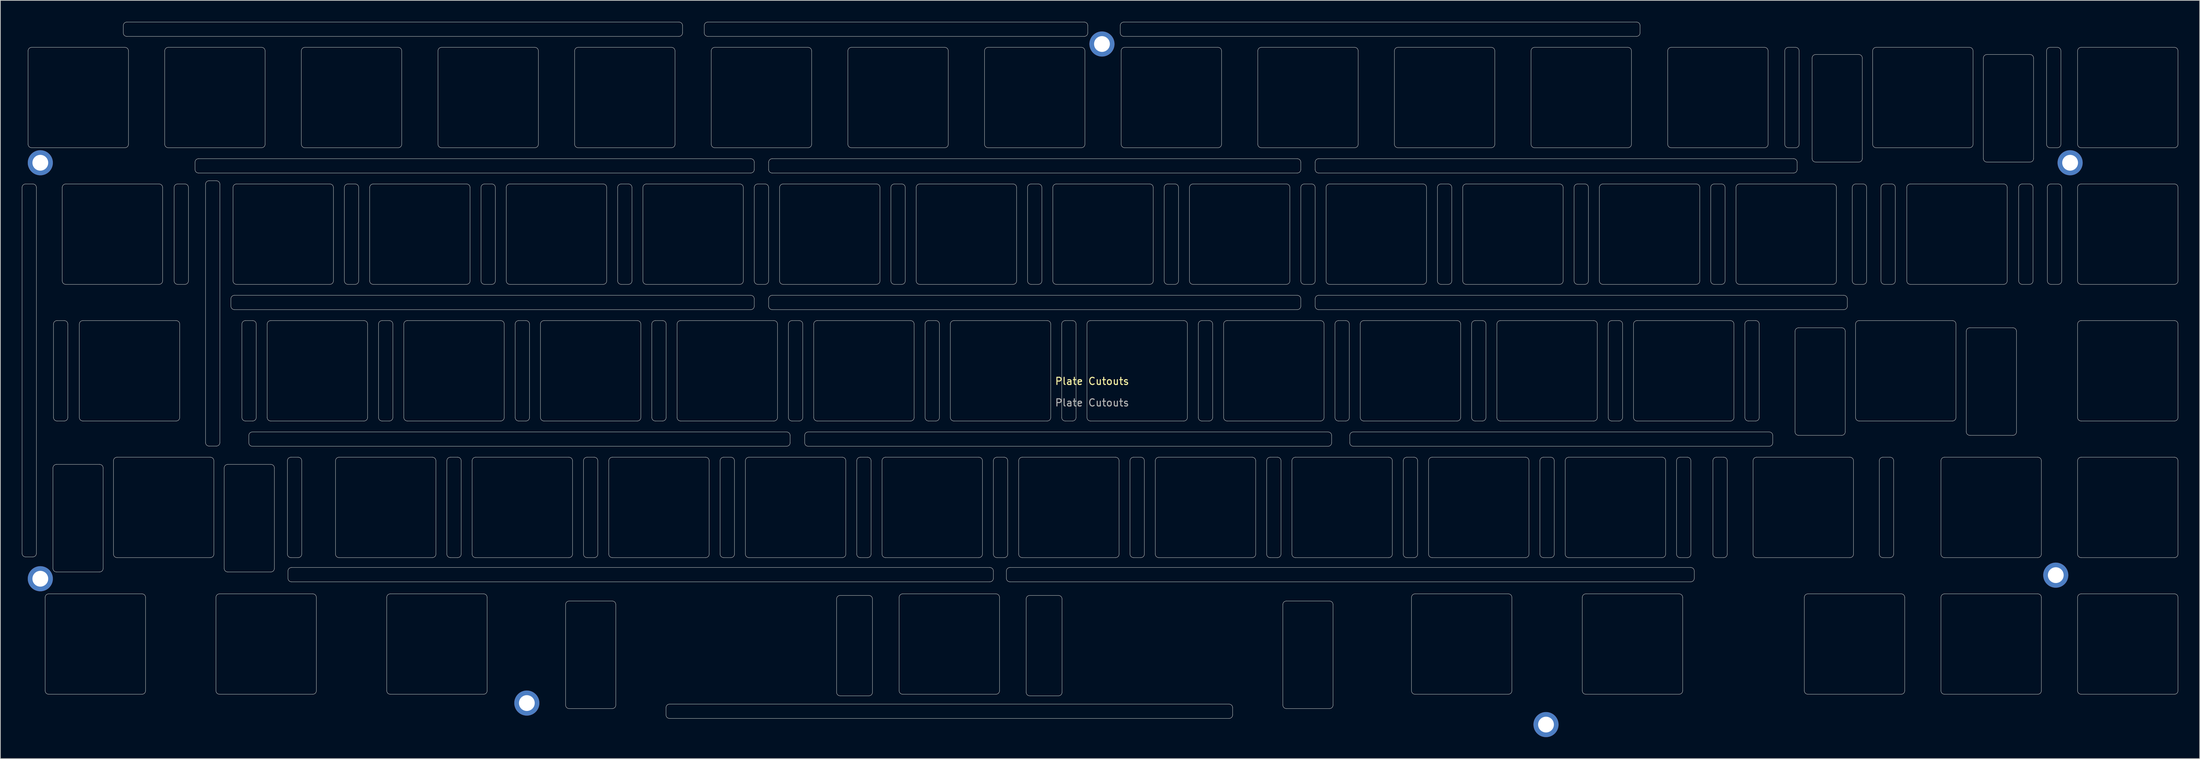
<source format=kicad_pcb>
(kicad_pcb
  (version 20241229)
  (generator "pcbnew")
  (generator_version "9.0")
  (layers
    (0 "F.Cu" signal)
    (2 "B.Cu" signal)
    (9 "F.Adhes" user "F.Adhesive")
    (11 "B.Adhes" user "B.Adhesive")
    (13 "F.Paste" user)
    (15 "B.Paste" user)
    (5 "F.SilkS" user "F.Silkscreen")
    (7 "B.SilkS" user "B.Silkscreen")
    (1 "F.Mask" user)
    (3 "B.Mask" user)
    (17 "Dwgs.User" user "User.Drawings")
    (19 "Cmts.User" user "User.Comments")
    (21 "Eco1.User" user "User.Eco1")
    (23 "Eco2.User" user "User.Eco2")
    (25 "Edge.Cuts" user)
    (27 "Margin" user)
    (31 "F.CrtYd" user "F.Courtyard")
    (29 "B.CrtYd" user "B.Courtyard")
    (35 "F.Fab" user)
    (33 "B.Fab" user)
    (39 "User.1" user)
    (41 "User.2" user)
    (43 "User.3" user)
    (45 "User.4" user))
  (footprint "Plate Cutouts"
    (layer "F.Cu")
    (at 149.214 50.6)
    (property "Reference" "Plate Cutouts" (at 0 -0.5 0) (unlocked yes) (layer "F.SilkS") (effects (font (size 1 1) (thickness 0.15))))
    (attr smd)
    (fp_line (start -149.189 -27.5) (end -149.189 23.5) (stroke (width 0.05) (type solid)) (layer "Edge.Cuts"))
    (fp_line (start -148.689 24) (end -147.689 24) (stroke (width 0.05) (type solid)) (layer "Edge.Cuts"))
    (fp_line (start -148.351 -33.55) (end -148.351 -46.55) (stroke (width 0.05) (type solid)) (layer "Edge.Cuts"))
    (fp_line (start -147.851 -47.05) (end -134.851 -47.05) (stroke (width 0.05) (type solid)) (layer "Edge.Cuts"))
    (fp_line (start -147.689 -28) (end -148.689 -28) (stroke (width 0.05) (type solid)) (layer "Edge.Cuts"))
    (fp_line (start -147.189 23.5) (end -147.189 -27.5) (stroke (width 0.05) (type solid)) (layer "Edge.Cuts"))
    (fp_line (start -145.97 42.65) (end -145.97 29.649) (stroke (width 0.05) (type solid)) (layer "Edge.Cuts"))
    (fp_line (start -145.47 29.149) (end -132.47 29.149) (stroke (width 0.05) (type solid)) (layer "Edge.Cuts"))
    (fp_line (start -144.883 25.599) (end -144.883 11.6) (stroke (width 0.05) (type solid)) (layer "Edge.Cuts"))
    (fp_line (start -144.808 -8.45) (end -144.808 4.55) (stroke (width 0.05) (type solid)) (layer "Edge.Cuts"))
    (fp_line (start -144.383 11.1) (end -138.383 11.1) (stroke (width 0.05) (type solid)) (layer "Edge.Cuts"))
    (fp_line (start -144.308 5.05) (end -143.308 5.05) (stroke (width 0.05) (type solid)) (layer "Edge.Cuts"))
    (fp_line (start -143.589 -14.501) (end -143.589 -27.5) (stroke (width 0.05) (type solid)) (layer "Edge.Cuts"))
    (fp_line (start -143.308 -8.95) (end -144.308 -8.95) (stroke (width 0.05) (type solid)) (layer "Edge.Cuts"))
    (fp_line (start -143.089 -28) (end -130.089 -28) (stroke (width 0.05) (type solid)) (layer "Edge.Cuts"))
    (fp_line (start -142.808 4.55) (end -142.808 -8.45) (stroke (width 0.05) (type solid)) (layer "Edge.Cuts"))
    (fp_line (start -141.208 4.55) (end -141.208 -8.45) (stroke (width 0.05) (type solid)) (layer "Edge.Cuts"))
    (fp_line (start -140.708 -8.95) (end -127.708 -8.95) (stroke (width 0.05) (type solid)) (layer "Edge.Cuts"))
    (fp_line (start -138.383 26.099) (end -144.383 26.099) (stroke (width 0.05) (type solid)) (layer "Edge.Cuts"))
    (fp_line (start -137.883 11.6) (end -137.883 25.599) (stroke (width 0.05) (type solid)) (layer "Edge.Cuts"))
    (fp_line (start -136.445 23.599) (end -136.445 10.6) (stroke (width 0.05) (type solid)) (layer "Edge.Cuts"))
    (fp_line (start -135.945 10.1) (end -122.945 10.1) (stroke (width 0.05) (type solid)) (layer "Edge.Cuts"))
    (fp_line (start -135.075 -50.075) (end -135.075 -49.075) (stroke (width 0.05) (type solid)) (layer "Edge.Cuts"))
    (fp_line (start -134.851 -33.05) (end -147.851 -33.05) (stroke (width 0.05) (type solid)) (layer "Edge.Cuts"))
    (fp_line (start -134.575 -48.575) (end -57.601 -48.575) (stroke (width 0.05) (type solid)) (layer "Edge.Cuts"))
    (fp_line (start -134.351 -46.55) (end -134.351 -33.55) (stroke (width 0.05) (type solid)) (layer "Edge.Cuts"))
    (fp_line (start -132.47 43.15) (end -145.47 43.15) (stroke (width 0.05) (type solid)) (layer "Edge.Cuts"))
    (fp_line (start -131.97 29.649) (end -131.97 42.65) (stroke (width 0.05) (type solid)) (layer "Edge.Cuts"))
    (fp_line (start -130.089 -14.001) (end -143.089 -14.001) (stroke (width 0.05) (type solid)) (layer "Edge.Cuts"))
    (fp_line (start -129.589 -27.5) (end -129.589 -14.501) (stroke (width 0.05) (type solid)) (layer "Edge.Cuts"))
    (fp_line (start -129.301 -46.55) (end -129.301 -33.55) (stroke (width 0.05) (type solid)) (layer "Edge.Cuts"))
    (fp_line (start -128.801 -33.05) (end -115.801 -33.05) (stroke (width 0.05) (type solid)) (layer "Edge.Cuts"))
    (fp_line (start -127.989 -14.501) (end -127.989 -27.5) (stroke (width 0.05) (type solid)) (layer "Edge.Cuts"))
    (fp_line (start -127.708 5.05) (end -140.708 5.05) (stroke (width 0.05) (type solid)) (layer "Edge.Cuts"))
    (fp_line (start -127.489 -28) (end -126.489 -28) (stroke (width 0.05) (type solid)) (layer "Edge.Cuts"))
    (fp_line (start -127.208 -8.45) (end -127.208 4.55) (stroke (width 0.05) (type solid)) (layer "Edge.Cuts"))
    (fp_line (start -126.489 -14.001) (end -127.489 -14.001) (stroke (width 0.05) (type solid)) (layer "Edge.Cuts"))
    (fp_line (start -125.989 -27.5) (end -125.989 -14.501) (stroke (width 0.05) (type solid)) (layer "Edge.Cuts"))
    (fp_line (start -125.075 -31.025) (end -125.075 -30.025) (stroke (width 0.05) (type solid)) (layer "Edge.Cuts"))
    (fp_line (start -124.575 -29.525) (end -47.601 -29.525) (stroke (width 0.05) (type solid)) (layer "Edge.Cuts"))
    (fp_line (start -123.608 8.05) (end -123.608 -27.951) (stroke (width 0.05) (type solid)) (layer "Edge.Cuts"))
    (fp_line (start -123.108 -28.451) (end -122.108 -28.451) (stroke (width 0.05) (type solid)) (layer "Edge.Cuts"))
    (fp_line (start -122.945 24.099) (end -135.945 24.099) (stroke (width 0.05) (type solid)) (layer "Edge.Cuts"))
    (fp_line (start -122.445 10.6) (end -122.445 23.599) (stroke (width 0.05) (type solid)) (layer "Edge.Cuts"))
    (fp_line (start -122.158 42.65) (end -122.158 29.649) (stroke (width 0.05) (type solid)) (layer "Edge.Cuts"))
    (fp_line (start -122.108 8.55) (end -123.108 8.55) (stroke (width 0.05) (type solid)) (layer "Edge.Cuts"))
    (fp_line (start -121.658 29.149) (end -108.658 29.149) (stroke (width 0.05) (type solid)) (layer "Edge.Cuts"))
    (fp_line (start -121.608 -27.951) (end -121.608 8.05) (stroke (width 0.05) (type solid)) (layer "Edge.Cuts"))
    (fp_line (start -121.007 25.599) (end -121.007 11.6) (stroke (width 0.05) (type solid)) (layer "Edge.Cuts"))
    (fp_line (start -120.507 11.1) (end -114.507 11.1) (stroke (width 0.05) (type solid)) (layer "Edge.Cuts"))
    (fp_line (start -120.075 -11.975) (end -120.075 -10.975) (stroke (width 0.05) (type solid)) (layer "Edge.Cuts"))
    (fp_line (start -119.776 -14.501) (end -119.776 -27.5) (stroke (width 0.05) (type solid)) (layer "Edge.Cuts"))
    (fp_line (start -119.575 -10.475) (end -47.601 -10.475) (stroke (width 0.05) (type solid)) (layer "Edge.Cuts"))
    (fp_line (start -119.276 -28) (end -106.276 -28) (stroke (width 0.05) (type solid)) (layer "Edge.Cuts"))
    (fp_line (start -118.539 4.55) (end -118.539 -8.45) (stroke (width 0.05) (type solid)) (layer "Edge.Cuts"))
    (fp_line (start -118.039 -8.95) (end -117.039 -8.95) (stroke (width 0.05) (type solid)) (layer "Edge.Cuts"))
    (fp_line (start -117.575 7.075) (end -117.575 8.075) (stroke (width 0.05) (type solid)) (layer "Edge.Cuts"))
    (fp_line (start -117.075 8.575) (end -42.601 8.575) (stroke (width 0.05) (type solid)) (layer "Edge.Cuts"))
    (fp_line (start -117.039 5.05) (end -118.039 5.05) (stroke (width 0.05) (type solid)) (layer "Edge.Cuts"))
    (fp_line (start -116.539 -8.45) (end -116.539 4.55) (stroke (width 0.05) (type solid)) (layer "Edge.Cuts"))
    (fp_line (start -115.801 -47.05) (end -128.801 -47.05) (stroke (width 0.05) (type solid)) (layer "Edge.Cuts"))
    (fp_line (start -115.301 -33.55) (end -115.301 -46.55) (stroke (width 0.05) (type solid)) (layer "Edge.Cuts"))
    (fp_line (start -115.014 4.55) (end -115.014 -8.45) (stroke (width 0.05) (type solid)) (layer "Edge.Cuts"))
    (fp_line (start -114.514 -8.95) (end -101.514 -8.95) (stroke (width 0.05) (type solid)) (layer "Edge.Cuts"))
    (fp_line (start -114.507 26.099) (end -120.507 26.099) (stroke (width 0.05) (type solid)) (layer "Edge.Cuts"))
    (fp_line (start -114.007 11.6) (end -114.007 25.599) (stroke (width 0.05) (type solid)) (layer "Edge.Cuts"))
    (fp_line (start -112.195 23.599) (end -112.195 10.6) (stroke (width 0.05) (type solid)) (layer "Edge.Cuts"))
    (fp_line (start -112.117 26.974) (end -112.117 25.974) (stroke (width 0.05) (type solid)) (layer "Edge.Cuts"))
    (fp_line (start -111.695 10.1) (end -110.695 10.1) (stroke (width 0.05) (type solid)) (layer "Edge.Cuts"))
    (fp_line (start -111.617 25.474) (end -14.264 25.474) (stroke (width 0.05) (type solid)) (layer "Edge.Cuts"))
    (fp_line (start -110.695 24.099) (end -111.695 24.099) (stroke (width 0.05) (type solid)) (layer "Edge.Cuts"))
    (fp_line (start -110.251 -33.55) (end -110.251 -46.55) (stroke (width 0.05) (type solid)) (layer "Edge.Cuts"))
    (fp_line (start -110.195 10.6) (end -110.195 23.599) (stroke (width 0.05) (type solid)) (layer "Edge.Cuts"))
    (fp_line (start -109.751 -47.05) (end -96.751 -47.05) (stroke (width 0.05) (type solid)) (layer "Edge.Cuts"))
    (fp_line (start -108.658 43.15) (end -121.658 43.15) (stroke (width 0.05) (type solid)) (layer "Edge.Cuts"))
    (fp_line (start -108.158 29.649) (end -108.158 42.65) (stroke (width 0.05) (type solid)) (layer "Edge.Cuts"))
    (fp_line (start -106.276 -14.001) (end -119.276 -14.001) (stroke (width 0.05) (type solid)) (layer "Edge.Cuts"))
    (fp_line (start -105.776 -27.5) (end -105.776 -14.501) (stroke (width 0.05) (type solid)) (layer "Edge.Cuts"))
    (fp_line (start -105.489 23.599) (end -105.489 10.6) (stroke (width 0.05) (type solid)) (layer "Edge.Cuts"))
    (fp_line (start -104.989 10.1) (end -91.989 10.1) (stroke (width 0.05) (type solid)) (layer "Edge.Cuts"))
    (fp_line (start -104.251 -14.501) (end -104.251 -27.5) (stroke (width 0.05) (type solid)) (layer "Edge.Cuts"))
    (fp_line (start -103.751 -28) (end -102.751 -28) (stroke (width 0.05) (type solid)) (layer "Edge.Cuts"))
    (fp_line (start -102.751 -14.001) (end -103.751 -14.001) (stroke (width 0.05) (type solid)) (layer "Edge.Cuts"))
    (fp_line (start -102.251 -27.5) (end -102.251 -14.501) (stroke (width 0.05) (type solid)) (layer "Edge.Cuts"))
    (fp_line (start -101.514 5.05) (end -114.514 5.05) (stroke (width 0.05) (type solid)) (layer "Edge.Cuts"))
    (fp_line (start -101.014 -8.45) (end -101.014 4.55) (stroke (width 0.05) (type solid)) (layer "Edge.Cuts"))
    (fp_line (start -100.726 -14.501) (end -100.726 -27.5) (stroke (width 0.05) (type solid)) (layer "Edge.Cuts"))
    (fp_line (start -100.226 -28) (end -87.226 -28) (stroke (width 0.05) (type solid)) (layer "Edge.Cuts"))
    (fp_line (start -99.489 4.55) (end -99.489 -8.45) (stroke (width 0.05) (type solid)) (layer "Edge.Cuts"))
    (fp_line (start -98.989 -8.95) (end -97.989 -8.95) (stroke (width 0.05) (type solid)) (layer "Edge.Cuts"))
    (fp_line (start -98.345 42.65) (end -98.345 29.649) (stroke (width 0.05) (type solid)) (layer "Edge.Cuts"))
    (fp_line (start -97.989 5.05) (end -98.989 5.05) (stroke (width 0.05) (type solid)) (layer "Edge.Cuts"))
    (fp_line (start -97.845 29.149) (end -84.845 29.149) (stroke (width 0.05) (type solid)) (layer "Edge.Cuts"))
    (fp_line (start -97.489 -8.45) (end -97.489 4.55) (stroke (width 0.05) (type solid)) (layer "Edge.Cuts"))
    (fp_line (start -96.751 -33.05) (end -109.751 -33.05) (stroke (width 0.05) (type solid)) (layer "Edge.Cuts"))
    (fp_line (start -96.251 -46.55) (end -96.251 -33.55) (stroke (width 0.05) (type solid)) (layer "Edge.Cuts"))
    (fp_line (start -95.964 4.55) (end -95.964 -8.45) (stroke (width 0.05) (type solid)) (layer "Edge.Cuts"))
    (fp_line (start -95.464 -8.95) (end -82.464 -8.95) (stroke (width 0.05) (type solid)) (layer "Edge.Cuts"))
    (fp_line (start -91.989 24.099) (end -104.989 24.099) (stroke (width 0.05) (type solid)) (layer "Edge.Cuts"))
    (fp_line (start -91.489 10.6) (end -91.489 23.599) (stroke (width 0.05) (type solid)) (layer "Edge.Cuts"))
    (fp_line (start -91.201 -33.55) (end -91.201 -46.55) (stroke (width 0.05) (type solid)) (layer "Edge.Cuts"))
    (fp_line (start -90.701 -47.05) (end -77.701 -47.05) (stroke (width 0.05) (type solid)) (layer "Edge.Cuts"))
    (fp_line (start -89.964 23.599) (end -89.964 10.6) (stroke (width 0.05) (type solid)) (layer "Edge.Cuts"))
    (fp_line (start -89.464 10.1) (end -88.464 10.1) (stroke (width 0.05) (type solid)) (layer "Edge.Cuts"))
    (fp_line (start -88.464 24.099) (end -89.464 24.099) (stroke (width 0.05) (type solid)) (layer "Edge.Cuts"))
    (fp_line (start -87.964 10.6) (end -87.964 23.599) (stroke (width 0.05) (type solid)) (layer "Edge.Cuts"))
    (fp_line (start -87.226 -14.001) (end -100.226 -14.001) (stroke (width 0.05) (type solid)) (layer "Edge.Cuts"))
    (fp_line (start -86.726 -27.5) (end -86.726 -14.501) (stroke (width 0.05) (type solid)) (layer "Edge.Cuts"))
    (fp_line (start -86.439 10.6) (end -86.439 23.599) (stroke (width 0.05) (type solid)) (layer "Edge.Cuts"))
    (fp_line (start -85.939 24.099) (end -72.939 24.099) (stroke (width 0.05) (type solid)) (layer "Edge.Cuts"))
    (fp_line (start -85.201 -14.501) (end -85.201 -27.5) (stroke (width 0.05) (type solid)) (layer "Edge.Cuts"))
    (fp_line (start -84.845 43.15) (end -97.845 43.15) (stroke (width 0.05) (type solid)) (layer "Edge.Cuts"))
    (fp_line (start -84.701 -28) (end -83.701 -28) (stroke (width 0.05) (type solid)) (layer "Edge.Cuts"))
    (fp_line (start -84.345 29.649) (end -84.345 42.65) (stroke (width 0.05) (type solid)) (layer "Edge.Cuts"))
    (fp_line (start -83.701 -14.001) (end -84.701 -14.001) (stroke (width 0.05) (type solid)) (layer "Edge.Cuts"))
    (fp_line (start -83.201 -27.5) (end -83.201 -14.501) (stroke (width 0.05) (type solid)) (layer "Edge.Cuts"))
    (fp_line (start -82.464 5.05) (end -95.464 5.05) (stroke (width 0.05) (type solid)) (layer "Edge.Cuts"))
    (fp_line (start -81.964 -8.45) (end -81.964 4.55) (stroke (width 0.05) (type solid)) (layer "Edge.Cuts"))
    (fp_line (start -81.676 -14.501) (end -81.676 -27.5) (stroke (width 0.05) (type solid)) (layer "Edge.Cuts"))
    (fp_line (start -81.176 -28) (end -68.176 -28) (stroke (width 0.05) (type solid)) (layer "Edge.Cuts"))
    (fp_line (start -80.439 4.55) (end -80.439 -8.45) (stroke (width 0.05) (type solid)) (layer "Edge.Cuts"))
    (fp_line (start -79.939 -8.95) (end -78.939 -8.95) (stroke (width 0.05) (type solid)) (layer "Edge.Cuts"))
    (fp_line (start -78.939 5.05) (end -79.939 5.05) (stroke (width 0.05) (type solid)) (layer "Edge.Cuts"))
    (fp_line (start -78.439 -8.45) (end -78.439 4.55) (stroke (width 0.05) (type solid)) (layer "Edge.Cuts"))
    (fp_line (start -77.701 -33.05) (end -90.701 -33.05) (stroke (width 0.05) (type solid)) (layer "Edge.Cuts"))
    (fp_line (start -77.201 -46.55) (end -77.201 -33.55) (stroke (width 0.05) (type solid)) (layer "Edge.Cuts"))
    (fp_line (start -76.914 4.55) (end -76.914 -8.45) (stroke (width 0.05) (type solid)) (layer "Edge.Cuts"))
    (fp_line (start -76.414 -8.95) (end -63.414 -8.95) (stroke (width 0.05) (type solid)) (layer "Edge.Cuts"))
    (fp_line (start -73.408 44.65) (end -73.408 30.649) (stroke (width 0.05) (type solid)) (layer "Edge.Cuts"))
    (fp_line (start -72.939 10.1) (end -85.939 10.1) (stroke (width 0.05) (type solid)) (layer "Edge.Cuts"))
    (fp_line (start -72.908 30.149) (end -66.908 30.149) (stroke (width 0.05) (type solid)) (layer "Edge.Cuts"))
    (fp_line (start -72.439 23.599) (end -72.439 10.6) (stroke (width 0.05) (type solid)) (layer "Edge.Cuts"))
    (fp_line (start -72.151 -46.55) (end -72.151 -33.55) (stroke (width 0.05) (type solid)) (layer "Edge.Cuts"))
    (fp_line (start -71.651 -33.05) (end -58.651 -33.05) (stroke (width 0.05) (type solid)) (layer "Edge.Cuts"))
    (fp_line (start -70.914 23.599) (end -70.914 10.6) (stroke (width 0.05) (type solid)) (layer "Edge.Cuts"))
    (fp_line (start -70.414 10.1) (end -69.414 10.1) (stroke (width 0.05) (type solid)) (layer "Edge.Cuts"))
    (fp_line (start -69.414 24.099) (end -70.414 24.099) (stroke (width 0.05) (type solid)) (layer "Edge.Cuts"))
    (fp_line (start -68.914 10.6) (end -68.914 23.599) (stroke (width 0.05) (type solid)) (layer "Edge.Cuts"))
    (fp_line (start -68.176 -14.001) (end -81.176 -14.001) (stroke (width 0.05) (type solid)) (layer "Edge.Cuts"))
    (fp_line (start -67.676 -27.5) (end -67.676 -14.501) (stroke (width 0.05) (type solid)) (layer "Edge.Cuts"))
    (fp_line (start -67.389 10.6) (end -67.389 23.599) (stroke (width 0.05) (type solid)) (layer "Edge.Cuts"))
    (fp_line (start -66.908 45.15) (end -72.908 45.15) (stroke (width 0.05) (type solid)) (layer "Edge.Cuts"))
    (fp_line (start -66.889 24.099) (end -53.889 24.099) (stroke (width 0.05) (type solid)) (layer "Edge.Cuts"))
    (fp_line (start -66.408 30.649) (end -66.408 44.65) (stroke (width 0.05) (type solid)) (layer "Edge.Cuts"))
    (fp_line (start -66.151 -14.501) (end -66.151 -27.5) (stroke (width 0.05) (type solid)) (layer "Edge.Cuts"))
    (fp_line (start -65.651 -28) (end -64.651 -28) (stroke (width 0.05) (type solid)) (layer "Edge.Cuts"))
    (fp_line (start -64.651 -14.001) (end -65.651 -14.001) (stroke (width 0.05) (type solid)) (layer "Edge.Cuts"))
    (fp_line (start -64.151 -27.5) (end -64.151 -14.501) (stroke (width 0.05) (type solid)) (layer "Edge.Cuts"))
    (fp_line (start -63.414 5.05) (end -76.414 5.05) (stroke (width 0.05) (type solid)) (layer "Edge.Cuts"))
    (fp_line (start -62.914 -8.45) (end -62.914 4.55) (stroke (width 0.05) (type solid)) (layer "Edge.Cuts"))
    (fp_line (start -62.626 -27.5) (end -62.626 -14.501) (stroke (width 0.05) (type solid)) (layer "Edge.Cuts"))
    (fp_line (start -62.126 -14.001) (end -49.126 -14.001) (stroke (width 0.05) (type solid)) (layer "Edge.Cuts"))
    (fp_line (start -61.389 4.55) (end -61.389 -8.45) (stroke (width 0.05) (type solid)) (layer "Edge.Cuts"))
    (fp_line (start -60.889 -8.95) (end -59.889 -8.95) (stroke (width 0.05) (type solid)) (layer "Edge.Cuts"))
    (fp_line (start -59.889 5.05) (end -60.889 5.05) (stroke (width 0.05) (type solid)) (layer "Edge.Cuts"))
    (fp_line (start -59.408 46.025) (end -59.408 45.025) (stroke (width 0.05) (type solid)) (layer "Edge.Cuts"))
    (fp_line (start -59.389 -8.45) (end -59.389 4.55) (stroke (width 0.05) (type solid)) (layer "Edge.Cuts"))
    (fp_line (start -58.908 44.525) (end 19.092 44.525) (stroke (width 0.05) (type solid)) (layer "Edge.Cuts"))
    (fp_line (start -58.651 -47.05) (end -71.651 -47.05) (stroke (width 0.05) (type solid)) (layer "Edge.Cuts"))
    (fp_line (start -58.151 -33.55) (end -58.151 -46.55) (stroke (width 0.05) (type solid)) (layer "Edge.Cuts"))
    (fp_line (start -57.864 -8.45) (end -57.864 4.55) (stroke (width 0.05) (type solid)) (layer "Edge.Cuts"))
    (fp_line (start -57.601 -50.575) (end -134.575 -50.575) (stroke (width 0.05) (type solid)) (layer "Edge.Cuts"))
    (fp_line (start -57.364 5.05) (end -44.364 5.05) (stroke (width 0.05) (type solid)) (layer "Edge.Cuts"))
    (fp_line (start -57.101 -49.075) (end -57.101 -50.075) (stroke (width 0.05) (type solid)) (layer "Edge.Cuts"))
    (fp_line (start -54.075 -50.075) (end -54.075 -49.075) (stroke (width 0.05) (type solid)) (layer "Edge.Cuts"))
    (fp_line (start -53.889 10.1) (end -66.889 10.1) (stroke (width 0.05) (type solid)) (layer "Edge.Cuts"))
    (fp_line (start -53.575 -48.575) (end -1.101 -48.575) (stroke (width 0.05) (type solid)) (layer "Edge.Cuts"))
    (fp_line (start -53.389 23.599) (end -53.389 10.6) (stroke (width 0.05) (type solid)) (layer "Edge.Cuts"))
    (fp_line (start -53.101 -46.55) (end -53.101 -33.55) (stroke (width 0.05) (type solid)) (layer "Edge.Cuts"))
    (fp_line (start -52.601 -33.05) (end -39.601 -33.05) (stroke (width 0.05) (type solid)) (layer "Edge.Cuts"))
    (fp_line (start -51.864 23.599) (end -51.864 10.6) (stroke (width 0.05) (type solid)) (layer "Edge.Cuts"))
    (fp_line (start -51.364 10.1) (end -50.364 10.1) (stroke (width 0.05) (type solid)) (layer "Edge.Cuts"))
    (fp_line (start -50.364 24.099) (end -51.364 24.099) (stroke (width 0.05) (type solid)) (layer "Edge.Cuts"))
    (fp_line (start -49.864 10.6) (end -49.864 23.599) (stroke (width 0.05) (type solid)) (layer "Edge.Cuts"))
    (fp_line (start -49.126 -28) (end -62.126 -28) (stroke (width 0.05) (type solid)) (layer "Edge.Cuts"))
    (fp_line (start -48.626 -14.501) (end -48.626 -27.5) (stroke (width 0.05) (type solid)) (layer "Edge.Cuts"))
    (fp_line (start -48.339 23.599) (end -48.339 10.6) (stroke (width 0.05) (type solid)) (layer "Edge.Cuts"))
    (fp_line (start -47.839 10.1) (end -34.839 10.1) (stroke (width 0.05) (type solid)) (layer "Edge.Cuts"))
    (fp_line (start -47.601 -31.525) (end -124.575 -31.525) (stroke (width 0.05) (type solid)) (layer "Edge.Cuts"))
    (fp_line (start -47.601 -12.475) (end -119.575 -12.475) (stroke (width 0.05) (type solid)) (layer "Edge.Cuts"))
    (fp_line (start -47.101 -14.501) (end -47.101 -27.5) (stroke (width 0.05) (type solid)) (layer "Edge.Cuts"))
    (fp_line (start -47.101 -30.025) (end -47.101 -31.025) (stroke (width 0.05) (type solid)) (layer "Edge.Cuts"))
    (fp_line (start -47.101 -10.975) (end -47.101 -11.975) (stroke (width 0.05) (type solid)) (layer "Edge.Cuts"))
    (fp_line (start -46.601 -28) (end -45.601 -28) (stroke (width 0.05) (type solid)) (layer "Edge.Cuts"))
    (fp_line (start -45.601 -14.001) (end -46.601 -14.001) (stroke (width 0.05) (type solid)) (layer "Edge.Cuts"))
    (fp_line (start -45.101 -31.025) (end -45.101 -30.025) (stroke (width 0.05) (type solid)) (layer "Edge.Cuts"))
    (fp_line (start -45.101 -11.975) (end -45.101 -10.975) (stroke (width 0.05) (type solid)) (layer "Edge.Cuts"))
    (fp_line (start -45.101 -27.5) (end -45.101 -14.501) (stroke (width 0.05) (type solid)) (layer "Edge.Cuts"))
    (fp_line (start -44.601 -29.525) (end 28.598 -29.525) (stroke (width 0.05) (type solid)) (layer "Edge.Cuts"))
    (fp_line (start -44.601 -10.475) (end 28.598 -10.475) (stroke (width 0.05) (type solid)) (layer "Edge.Cuts"))
    (fp_line (start -44.364 -8.95) (end -57.364 -8.95) (stroke (width 0.05) (type solid)) (layer "Edge.Cuts"))
    (fp_line (start -43.864 4.55) (end -43.864 -8.45) (stroke (width 0.05) (type solid)) (layer "Edge.Cuts"))
    (fp_line (start -43.576 -14.501) (end -43.576 -27.5) (stroke (width 0.05) (type solid)) (layer "Edge.Cuts"))
    (fp_line (start -43.076 -28) (end -30.076 -28) (stroke (width 0.05) (type solid)) (layer "Edge.Cuts"))
    (fp_line (start -42.601 6.575) (end -117.075 6.575) (stroke (width 0.05) (type solid)) (layer "Edge.Cuts"))
    (fp_line (start -42.339 4.55) (end -42.339 -8.45) (stroke (width 0.05) (type solid)) (layer "Edge.Cuts"))
    (fp_line (start -42.101 8.075) (end -42.101 7.075) (stroke (width 0.05) (type solid)) (layer "Edge.Cuts"))
    (fp_line (start -41.839 -8.95) (end -40.839 -8.95) (stroke (width 0.05) (type solid)) (layer "Edge.Cuts"))
    (fp_line (start -40.839 5.05) (end -41.839 5.05) (stroke (width 0.05) (type solid)) (layer "Edge.Cuts"))
    (fp_line (start -40.339 -8.45) (end -40.339 4.55) (stroke (width 0.05) (type solid)) (layer "Edge.Cuts"))
    (fp_line (start -40.075 7.075) (end -40.075 8.075) (stroke (width 0.05) (type solid)) (layer "Edge.Cuts"))
    (fp_line (start -39.601 -47.05) (end -52.601 -47.05) (stroke (width 0.05) (type solid)) (layer "Edge.Cuts"))
    (fp_line (start -39.575 8.575) (end 32.899 8.575) (stroke (width 0.05) (type solid)) (layer "Edge.Cuts"))
    (fp_line (start -39.101 -33.55) (end -39.101 -46.55) (stroke (width 0.05) (type solid)) (layer "Edge.Cuts"))
    (fp_line (start -38.814 4.55) (end -38.814 -8.45) (stroke (width 0.05) (type solid)) (layer "Edge.Cuts"))
    (fp_line (start -38.314 -8.95) (end -25.314 -8.95) (stroke (width 0.05) (type solid)) (layer "Edge.Cuts"))
    (fp_line (start -35.624 29.869) (end -35.624 42.869) (stroke (width 0.05) (type solid)) (layer "Edge.Cuts"))
    (fp_line (start -35.124 43.369) (end -31.124 43.369) (stroke (width 0.05) (type solid)) (layer "Edge.Cuts"))
    (fp_line (start -34.839 24.099) (end -47.839 24.099) (stroke (width 0.05) (type solid)) (layer "Edge.Cuts"))
    (fp_line (start -34.339 10.6) (end -34.339 23.599) (stroke (width 0.05) (type solid)) (layer "Edge.Cuts"))
    (fp_line (start -34.051 -46.55) (end -34.051 -33.55) (stroke (width 0.05) (type solid)) (layer "Edge.Cuts"))
    (fp_line (start -33.551 -33.05) (end -20.551 -33.05) (stroke (width 0.05) (type solid)) (layer "Edge.Cuts"))
    (fp_line (start -32.814 23.599) (end -32.814 10.6) (stroke (width 0.05) (type solid)) (layer "Edge.Cuts"))
    (fp_line (start -32.314 10.1) (end -31.314 10.1) (stroke (width 0.05) (type solid)) (layer "Edge.Cuts"))
    (fp_line (start -31.314 24.099) (end -32.314 24.099) (stroke (width 0.05) (type solid)) (layer "Edge.Cuts"))
    (fp_line (start -31.124 29.369) (end -35.124 29.369) (stroke (width 0.05) (type solid)) (layer "Edge.Cuts"))
    (fp_line (start -30.814 10.6) (end -30.814 23.599) (stroke (width 0.05) (type solid)) (layer "Edge.Cuts"))
    (fp_line (start -30.624 42.869) (end -30.624 29.869) (stroke (width 0.05) (type solid)) (layer "Edge.Cuts"))
    (fp_line (start -30.076 -14.001) (end -43.076 -14.001) (stroke (width 0.05) (type solid)) (layer "Edge.Cuts"))
    (fp_line (start -29.576 -27.5) (end -29.576 -14.501) (stroke (width 0.05) (type solid)) (layer "Edge.Cuts"))
    (fp_line (start -29.289 23.599) (end -29.289 10.6) (stroke (width 0.05) (type solid)) (layer "Edge.Cuts"))
    (fp_line (start -28.789 10.1) (end -15.789 10.1) (stroke (width 0.05) (type solid)) (layer "Edge.Cuts"))
    (fp_line (start -28.051 -14.501) (end -28.051 -27.5) (stroke (width 0.05) (type solid)) (layer "Edge.Cuts"))
    (fp_line (start -27.551 -28) (end -26.551 -28) (stroke (width 0.05) (type solid)) (layer "Edge.Cuts"))
    (fp_line (start -26.908 42.65) (end -26.908 29.649) (stroke (width 0.05) (type solid)) (layer "Edge.Cuts"))
    (fp_line (start -26.551 -14.001) (end -27.551 -14.001) (stroke (width 0.05) (type solid)) (layer "Edge.Cuts"))
    (fp_line (start -26.408 29.149) (end -13.408 29.149) (stroke (width 0.05) (type solid)) (layer "Edge.Cuts"))
    (fp_line (start -26.051 -27.5) (end -26.051 -14.501) (stroke (width 0.05) (type solid)) (layer "Edge.Cuts"))
    (fp_line (start -25.314 5.05) (end -38.314 5.05) (stroke (width 0.05) (type solid)) (layer "Edge.Cuts"))
    (fp_line (start -24.814 -8.45) (end -24.814 4.55) (stroke (width 0.05) (type solid)) (layer "Edge.Cuts"))
    (fp_line (start -24.526 -27.5) (end -24.526 -14.501) (stroke (width 0.05) (type solid)) (layer "Edge.Cuts"))
    (fp_line (start -24.026 -14.001) (end -11.026 -14.001) (stroke (width 0.05) (type solid)) (layer "Edge.Cuts"))
    (fp_line (start -23.289 4.55) (end -23.289 -8.45) (stroke (width 0.05) (type solid)) (layer "Edge.Cuts"))
    (fp_line (start -22.789 -8.95) (end -21.789 -8.95) (stroke (width 0.05) (type solid)) (layer "Edge.Cuts"))
    (fp_line (start -21.789 5.05) (end -22.789 5.05) (stroke (width 0.05) (type solid)) (layer "Edge.Cuts"))
    (fp_line (start -21.289 -8.45) (end -21.289 4.55) (stroke (width 0.05) (type solid)) (layer "Edge.Cuts"))
    (fp_line (start -20.551 -47.05) (end -33.551 -47.05) (stroke (width 0.05) (type solid)) (layer "Edge.Cuts"))
    (fp_line (start -20.051 -33.55) (end -20.051 -46.55) (stroke (width 0.05) (type solid)) (layer "Edge.Cuts"))
    (fp_line (start -19.764 4.55) (end -19.764 -8.45) (stroke (width 0.05) (type solid)) (layer "Edge.Cuts"))
    (fp_line (start -19.264 -8.95) (end -6.264 -8.95) (stroke (width 0.05) (type solid)) (layer "Edge.Cuts"))
    (fp_line (start -15.789 24.099) (end -28.789 24.099) (stroke (width 0.05) (type solid)) (layer "Edge.Cuts"))
    (fp_line (start -15.289 10.6) (end -15.289 23.599) (stroke (width 0.05) (type solid)) (layer "Edge.Cuts"))
    (fp_line (start -15.001 -33.55) (end -15.001 -46.55) (stroke (width 0.05) (type solid)) (layer "Edge.Cuts"))
    (fp_line (start -14.501 -47.05) (end -1.501 -47.05) (stroke (width 0.05) (type solid)) (layer "Edge.Cuts"))
    (fp_line (start -14.264 27.474) (end -111.617 27.474) (stroke (width 0.05) (type solid)) (layer "Edge.Cuts"))
    (fp_line (start -13.764 23.599) (end -13.764 10.6) (stroke (width 0.05) (type solid)) (layer "Edge.Cuts"))
    (fp_line (start -13.764 25.974) (end -13.764 26.974) (stroke (width 0.05) (type solid)) (layer "Edge.Cuts"))
    (fp_line (start -13.408 43.15) (end -26.408 43.15) (stroke (width 0.05) (type solid)) (layer "Edge.Cuts"))
    (fp_line (start -13.264 10.1) (end -12.264 10.1) (stroke (width 0.05) (type solid)) (layer "Edge.Cuts"))
    (fp_line (start -12.908 29.649) (end -12.908 42.65) (stroke (width 0.05) (type solid)) (layer "Edge.Cuts"))
    (fp_line (start -12.264 24.099) (end -13.264 24.099) (stroke (width 0.05) (type solid)) (layer "Edge.Cuts"))
    (fp_line (start -11.952 25.974) (end -11.952 26.974) (stroke (width 0.05) (type solid)) (layer "Edge.Cuts"))
    (fp_line (start -11.764 10.6) (end -11.764 23.599) (stroke (width 0.05) (type solid)) (layer "Edge.Cuts"))
    (fp_line (start -11.452 27.474) (end 83.457 27.474) (stroke (width 0.05) (type solid)) (layer "Edge.Cuts"))
    (fp_line (start -11.026 -28) (end -24.026 -28) (stroke (width 0.05) (type solid)) (layer "Edge.Cuts"))
    (fp_line (start -10.526 -14.501) (end -10.526 -27.5) (stroke (width 0.05) (type solid)) (layer "Edge.Cuts"))
    (fp_line (start -10.239 23.599) (end -10.239 10.6) (stroke (width 0.05) (type solid)) (layer "Edge.Cuts"))
    (fp_line (start -9.739 10.1) (end 3.261 10.1) (stroke (width 0.05) (type solid)) (layer "Edge.Cuts"))
    (fp_line (start -9.191 42.869) (end -9.191 29.869) (stroke (width 0.05) (type solid)) (layer "Edge.Cuts"))
    (fp_line (start -9.001 -14.501) (end -9.001 -27.5) (stroke (width 0.05) (type solid)) (layer "Edge.Cuts"))
    (fp_line (start -8.691 29.369) (end -4.691 29.369) (stroke (width 0.05) (type solid)) (layer "Edge.Cuts"))
    (fp_line (start -8.501 -28) (end -7.501 -28) (stroke (width 0.05) (type solid)) (layer "Edge.Cuts"))
    (fp_line (start -7.501 -14.001) (end -8.501 -14.001) (stroke (width 0.05) (type solid)) (layer "Edge.Cuts"))
    (fp_line (start -7.001 -27.5) (end -7.001 -14.501) (stroke (width 0.05) (type solid)) (layer "Edge.Cuts"))
    (fp_line (start -6.264 5.05) (end -19.264 5.05) (stroke (width 0.05) (type solid)) (layer "Edge.Cuts"))
    (fp_line (start -5.764 -8.45) (end -5.764 4.55) (stroke (width 0.05) (type solid)) (layer "Edge.Cuts"))
    (fp_line (start -5.476 -27.5) (end -5.476 -14.501) (stroke (width 0.05) (type solid)) (layer "Edge.Cuts"))
    (fp_line (start -4.976 -14.001) (end 8.024 -14.001) (stroke (width 0.05) (type solid)) (layer "Edge.Cuts"))
    (fp_line (start -4.691 43.369) (end -8.691 43.369) (stroke (width 0.05) (type solid)) (layer "Edge.Cuts"))
    (fp_line (start -4.239 4.55) (end -4.239 -8.45) (stroke (width 0.05) (type solid)) (layer "Edge.Cuts"))
    (fp_line (start -4.191 29.869) (end -4.191 42.869) (stroke (width 0.05) (type solid)) (layer "Edge.Cuts"))
    (fp_line (start -3.739 -8.95) (end -2.739 -8.95) (stroke (width 0.05) (type solid)) (layer "Edge.Cuts"))
    (fp_line (start -2.739 5.05) (end -3.739 5.05) (stroke (width 0.05) (type solid)) (layer "Edge.Cuts"))
    (fp_line (start -2.239 -8.45) (end -2.239 4.55) (stroke (width 0.05) (type solid)) (layer "Edge.Cuts"))
    (fp_line (start -1.501 -33.05) (end -14.501 -33.05) (stroke (width 0.05) (type solid)) (layer "Edge.Cuts"))
    (fp_line (start -1.101 -50.575) (end -53.575 -50.575) (stroke (width 0.05) (type solid)) (layer "Edge.Cuts"))
    (fp_line (start -1.001 -46.55) (end -1.001 -33.55) (stroke (width 0.05) (type solid)) (layer "Edge.Cuts"))
    (fp_line (start -0.714 4.55) (end -0.714 -8.45) (stroke (width 0.05) (type solid)) (layer "Edge.Cuts"))
    (fp_line (start -0.601 -49.075) (end -0.601 -50.075) (stroke (width 0.05) (type solid)) (layer "Edge.Cuts"))
    (fp_line (start -0.214 -8.95) (end 12.786 -8.95) (stroke (width 0.05) (type solid)) (layer "Edge.Cuts"))
    (fp_line (start 3.261 24.099) (end -9.739 24.099) (stroke (width 0.05) (type solid)) (layer "Edge.Cuts"))
    (fp_line (start 3.761 10.6) (end 3.761 23.599) (stroke (width 0.05) (type solid)) (layer "Edge.Cuts"))
    (fp_line (start 3.925 -50.075) (end 3.925 -49.075) (stroke (width 0.05) (type solid)) (layer "Edge.Cuts"))
    (fp_line (start 4.049 -46.55) (end 4.049 -33.55) (stroke (width 0.05) (type solid)) (layer "Edge.Cuts"))
    (fp_line (start 4.425 -48.575) (end 75.899 -48.575) (stroke (width 0.05) (type solid)) (layer "Edge.Cuts"))
    (fp_line (start 4.549 -33.05) (end 17.549 -33.05) (stroke (width 0.05) (type solid)) (layer "Edge.Cuts"))
    (fp_line (start 5.286 23.599) (end 5.286 10.6) (stroke (width 0.05) (type solid)) (layer "Edge.Cuts"))
    (fp_line (start 5.786 10.1) (end 6.786 10.1) (stroke (width 0.05) (type solid)) (layer "Edge.Cuts"))
    (fp_line (start 6.786 24.099) (end 5.786 24.099) (stroke (width 0.05) (type solid)) (layer "Edge.Cuts"))
    (fp_line (start 7.286 10.6) (end 7.286 23.599) (stroke (width 0.05) (type solid)) (layer "Edge.Cuts"))
    (fp_line (start 8.024 -28) (end -4.976 -28) (stroke (width 0.05) (type solid)) (layer "Edge.Cuts"))
    (fp_line (start 8.524 -14.501) (end 8.524 -27.5) (stroke (width 0.05) (type solid)) (layer "Edge.Cuts"))
    (fp_line (start 8.811 23.599) (end 8.811 10.6) (stroke (width 0.05) (type solid)) (layer "Edge.Cuts"))
    (fp_line (start 9.311 10.1) (end 22.311 10.1) (stroke (width 0.05) (type solid)) (layer "Edge.Cuts"))
    (fp_line (start 10.049 -14.501) (end 10.049 -27.5) (stroke (width 0.05) (type solid)) (layer "Edge.Cuts"))
    (fp_line (start 10.549 -28) (end 11.549 -28) (stroke (width 0.05) (type solid)) (layer "Edge.Cuts"))
    (fp_line (start 11.549 -14.001) (end 10.549 -14.001) (stroke (width 0.05) (type solid)) (layer "Edge.Cuts"))
    (fp_line (start 12.049 -27.5) (end 12.049 -14.501) (stroke (width 0.05) (type solid)) (layer "Edge.Cuts"))
    (fp_line (start 12.786 5.05) (end -0.214 5.05) (stroke (width 0.05) (type solid)) (layer "Edge.Cuts"))
    (fp_line (start 13.286 -8.45) (end 13.286 4.55) (stroke (width 0.05) (type solid)) (layer "Edge.Cuts"))
    (fp_line (start 13.574 -27.5) (end 13.574 -14.501) (stroke (width 0.05) (type solid)) (layer "Edge.Cuts"))
    (fp_line (start 14.074 -14.001) (end 27.074 -14.001) (stroke (width 0.05) (type solid)) (layer "Edge.Cuts"))
    (fp_line (start 14.811 4.55) (end 14.811 -8.45) (stroke (width 0.05) (type solid)) (layer "Edge.Cuts"))
    (fp_line (start 15.311 -8.95) (end 16.311 -8.95) (stroke (width 0.05) (type solid)) (layer "Edge.Cuts"))
    (fp_line (start 16.311 5.05) (end 15.311 5.05) (stroke (width 0.05) (type solid)) (layer "Edge.Cuts"))
    (fp_line (start 16.811 -8.45) (end 16.811 4.55) (stroke (width 0.05) (type solid)) (layer "Edge.Cuts"))
    (fp_line (start 17.549 -47.05) (end 4.549 -47.05) (stroke (width 0.05) (type solid)) (layer "Edge.Cuts"))
    (fp_line (start 18.049 -33.55) (end 18.049 -46.55) (stroke (width 0.05) (type solid)) (layer "Edge.Cuts"))
    (fp_line (start 18.336 -8.45) (end 18.336 4.55) (stroke (width 0.05) (type solid)) (layer "Edge.Cuts"))
    (fp_line (start 18.836 5.05) (end 31.836 5.05) (stroke (width 0.05) (type solid)) (layer "Edge.Cuts"))
    (fp_line (start 19.092 46.525) (end -58.908 46.525) (stroke (width 0.05) (type solid)) (layer "Edge.Cuts"))
    (fp_line (start 19.592 45.025) (end 19.592 46.025) (stroke (width 0.05) (type solid)) (layer "Edge.Cuts"))
    (fp_line (start 22.311 24.099) (end 9.311 24.099) (stroke (width 0.05) (type solid)) (layer "Edge.Cuts"))
    (fp_line (start 22.811 10.6) (end 22.811 23.599) (stroke (width 0.05) (type solid)) (layer "Edge.Cuts"))
    (fp_line (start 23.099 -33.55) (end 23.099 -46.55) (stroke (width 0.05) (type solid)) (layer "Edge.Cuts"))
    (fp_line (start 23.599 -47.05) (end 36.599 -47.05) (stroke (width 0.05) (type solid)) (layer "Edge.Cuts"))
    (fp_line (start 24.336 23.599) (end 24.336 10.6) (stroke (width 0.05) (type solid)) (layer "Edge.Cuts"))
    (fp_line (start 24.836 10.1) (end 25.836 10.1) (stroke (width 0.05) (type solid)) (layer "Edge.Cuts"))
    (fp_line (start 25.836 24.099) (end 24.836 24.099) (stroke (width 0.05) (type solid)) (layer "Edge.Cuts"))
    (fp_line (start 26.336 10.6) (end 26.336 23.599) (stroke (width 0.05) (type solid)) (layer "Edge.Cuts"))
    (fp_line (start 26.592 30.649) (end 26.592 44.65) (stroke (width 0.05) (type solid)) (layer "Edge.Cuts"))
    (fp_line (start 27.074 -28) (end 14.074 -28) (stroke (width 0.05) (type solid)) (layer "Edge.Cuts"))
    (fp_line (start 27.092 45.15) (end 33.092 45.15) (stroke (width 0.05) (type solid)) (layer "Edge.Cuts"))
    (fp_line (start 27.574 -14.501) (end 27.574 -27.5) (stroke (width 0.05) (type solid)) (layer "Edge.Cuts"))
    (fp_line (start 27.861 10.6) (end 27.861 23.599) (stroke (width 0.05) (type solid)) (layer "Edge.Cuts"))
    (fp_line (start 28.361 24.099) (end 41.361 24.099) (stroke (width 0.05) (type solid)) (layer "Edge.Cuts"))
    (fp_line (start 28.598 -31.525) (end -44.601 -31.525) (stroke (width 0.05) (type solid)) (layer "Edge.Cuts"))
    (fp_line (start 28.598 -12.475) (end -44.601 -12.475) (stroke (width 0.05) (type solid)) (layer "Edge.Cuts"))
    (fp_line (start 29.098 -30.025) (end 29.098 -31.025) (stroke (width 0.05) (type solid)) (layer "Edge.Cuts"))
    (fp_line (start 29.098 -10.975) (end 29.098 -11.975) (stroke (width 0.05) (type solid)) (layer "Edge.Cuts"))
    (fp_line (start 29.099 -14.501) (end 29.099 -27.5) (stroke (width 0.05) (type solid)) (layer "Edge.Cuts"))
    (fp_line (start 29.599 -28) (end 30.599 -28) (stroke (width 0.05) (type solid)) (layer "Edge.Cuts"))
    (fp_line (start 30.599 -14.001) (end 29.599 -14.001) (stroke (width 0.05) (type solid)) (layer "Edge.Cuts"))
    (fp_line (start 31.099 -31.025) (end 31.099 -30.025) (stroke (width 0.05) (type solid)) (layer "Edge.Cuts"))
    (fp_line (start 31.099 -11.975) (end 31.099 -10.975) (stroke (width 0.05) (type solid)) (layer "Edge.Cuts"))
    (fp_line (start 31.099 -27.5) (end 31.099 -14.501) (stroke (width 0.05) (type solid)) (layer "Edge.Cuts"))
    (fp_line (start 31.599 -29.525) (end 97.799 -29.525) (stroke (width 0.05) (type solid)) (layer "Edge.Cuts"))
    (fp_line (start 31.599 -10.475) (end 104.799 -10.475) (stroke (width 0.05) (type solid)) (layer "Edge.Cuts"))
    (fp_line (start 31.836 -8.95) (end 18.836 -8.95) (stroke (width 0.05) (type solid)) (layer "Edge.Cuts"))
    (fp_line (start 32.336 4.55) (end 32.336 -8.45) (stroke (width 0.05) (type solid)) (layer "Edge.Cuts"))
    (fp_line (start 32.624 -14.501) (end 32.624 -27.5) (stroke (width 0.05) (type solid)) (layer "Edge.Cuts"))
    (fp_line (start 32.899 6.575) (end -39.575 6.575) (stroke (width 0.05) (type solid)) (layer "Edge.Cuts"))
    (fp_line (start 33.092 30.149) (end 27.092 30.149) (stroke (width 0.05) (type solid)) (layer "Edge.Cuts"))
    (fp_line (start 33.124 -28) (end 46.124 -28) (stroke (width 0.05) (type solid)) (layer "Edge.Cuts"))
    (fp_line (start 33.399 8.075) (end 33.399 7.075) (stroke (width 0.05) (type solid)) (layer "Edge.Cuts"))
    (fp_line (start 33.592 44.65) (end 33.592 30.649) (stroke (width 0.05) (type solid)) (layer "Edge.Cuts"))
    (fp_line (start 33.861 4.55) (end 33.861 -8.45) (stroke (width 0.05) (type solid)) (layer "Edge.Cuts"))
    (fp_line (start 34.361 -8.95) (end 35.361 -8.95) (stroke (width 0.05) (type solid)) (layer "Edge.Cuts"))
    (fp_line (start 35.361 5.05) (end 34.361 5.05) (stroke (width 0.05) (type solid)) (layer "Edge.Cuts"))
    (fp_line (start 35.861 -8.45) (end 35.861 4.55) (stroke (width 0.05) (type solid)) (layer "Edge.Cuts"))
    (fp_line (start 35.925 7.075) (end 35.925 8.075) (stroke (width 0.05) (type solid)) (layer "Edge.Cuts"))
    (fp_line (start 36.425 8.575) (end 94.399 8.575) (stroke (width 0.05) (type solid)) (layer "Edge.Cuts"))
    (fp_line (start 36.599 -33.05) (end 23.599 -33.05) (stroke (width 0.05) (type solid)) (layer "Edge.Cuts"))
    (fp_line (start 37.099 -46.55) (end 37.099 -33.55) (stroke (width 0.05) (type solid)) (layer "Edge.Cuts"))
    (fp_line (start 37.386 4.55) (end 37.386 -8.45) (stroke (width 0.05) (type solid)) (layer "Edge.Cuts"))
    (fp_line (start 37.886 -8.95) (end 50.886 -8.95) (stroke (width 0.05) (type solid)) (layer "Edge.Cuts"))
    (fp_line (start 41.361 10.1) (end 28.361 10.1) (stroke (width 0.05) (type solid)) (layer "Edge.Cuts"))
    (fp_line (start 41.861 23.599) (end 41.861 10.6) (stroke (width 0.05) (type solid)) (layer "Edge.Cuts"))
    (fp_line (start 42.149 -46.55) (end 42.149 -33.55) (stroke (width 0.05) (type solid)) (layer "Edge.Cuts"))
    (fp_line (start 42.649 -33.05) (end 55.649 -33.05) (stroke (width 0.05) (type solid)) (layer "Edge.Cuts"))
    (fp_line (start 43.386 23.599) (end 43.386 10.6) (stroke (width 0.05) (type solid)) (layer "Edge.Cuts"))
    (fp_line (start 43.886 10.1) (end 44.886 10.1) (stroke (width 0.05) (type solid)) (layer "Edge.Cuts"))
    (fp_line (start 44.53 42.65) (end 44.53 29.649) (stroke (width 0.05) (type solid)) (layer "Edge.Cuts"))
    (fp_line (start 44.886 24.099) (end 43.886 24.099) (stroke (width 0.05) (type solid)) (layer "Edge.Cuts"))
    (fp_line (start 45.03 29.149) (end 58.03 29.149) (stroke (width 0.05) (type solid)) (layer "Edge.Cuts"))
    (fp_line (start 45.386 10.6) (end 45.386 23.599) (stroke (width 0.05) (type solid)) (layer "Edge.Cuts"))
    (fp_line (start 46.124 -14.001) (end 33.124 -14.001) (stroke (width 0.05) (type solid)) (layer "Edge.Cuts"))
    (fp_line (start 46.624 -27.5) (end 46.624 -14.501) (stroke (width 0.05) (type solid)) (layer "Edge.Cuts"))
    (fp_line (start 46.911 23.599) (end 46.911 10.6) (stroke (width 0.05) (type solid)) (layer "Edge.Cuts"))
    (fp_line (start 47.411 10.1) (end 60.411 10.1) (stroke (width 0.05) (type solid)) (layer "Edge.Cuts"))
    (fp_line (start 48.149 -14.501) (end 48.149 -27.5) (stroke (width 0.05) (type solid)) (layer "Edge.Cuts"))
    (fp_line (start 48.649 -28) (end 49.649 -28) (stroke (width 0.05) (type solid)) (layer "Edge.Cuts"))
    (fp_line (start 49.649 -14.001) (end 48.649 -14.001) (stroke (width 0.05) (type solid)) (layer "Edge.Cuts"))
    (fp_line (start 50.149 -27.5) (end 50.149 -14.501) (stroke (width 0.05) (type solid)) (layer "Edge.Cuts"))
    (fp_line (start 50.886 5.05) (end 37.886 5.05) (stroke (width 0.05) (type solid)) (layer "Edge.Cuts"))
    (fp_line (start 51.386 -8.45) (end 51.386 4.55) (stroke (width 0.05) (type solid)) (layer "Edge.Cuts"))
    (fp_line (start 51.674 -27.5) (end 51.674 -14.501) (stroke (width 0.05) (type solid)) (layer "Edge.Cuts"))
    (fp_line (start 52.174 -14.001) (end 65.174 -14.001) (stroke (width 0.05) (type solid)) (layer "Edge.Cuts"))
    (fp_line (start 52.911 4.55) (end 52.911 -8.45) (stroke (width 0.05) (type solid)) (layer "Edge.Cuts"))
    (fp_line (start 53.411 -8.95) (end 54.411 -8.95) (stroke (width 0.05) (type solid)) (layer "Edge.Cuts"))
    (fp_line (start 54.411 5.05) (end 53.411 5.05) (stroke (width 0.05) (type solid)) (layer "Edge.Cuts"))
    (fp_line (start 54.911 -8.45) (end 54.911 4.55) (stroke (width 0.05) (type solid)) (layer "Edge.Cuts"))
    (fp_line (start 55.649 -47.05) (end 42.649 -47.05) (stroke (width 0.05) (type solid)) (layer "Edge.Cuts"))
    (fp_line (start 56.149 -33.55) (end 56.149 -46.55) (stroke (width 0.05) (type solid)) (layer "Edge.Cuts"))
    (fp_line (start 56.436 -8.45) (end 56.436 4.55) (stroke (width 0.05) (type solid)) (layer "Edge.Cuts"))
    (fp_line (start 56.936 5.05) (end 69.936 5.05) (stroke (width 0.05) (type solid)) (layer "Edge.Cuts"))
    (fp_line (start 58.03 43.15) (end 45.03 43.15) (stroke (width 0.05) (type solid)) (layer "Edge.Cuts"))
    (fp_line (start 58.53 29.649) (end 58.53 42.65) (stroke (width 0.05) (type solid)) (layer "Edge.Cuts"))
    (fp_line (start 60.411 24.099) (end 47.411 24.099) (stroke (width 0.05) (type solid)) (layer "Edge.Cuts"))
    (fp_line (start 60.911 10.6) (end 60.911 23.599) (stroke (width 0.05) (type solid)) (layer "Edge.Cuts"))
    (fp_line (start 61.199 -46.55) (end 61.199 -33.55) (stroke (width 0.05) (type solid)) (layer "Edge.Cuts"))
    (fp_line (start 61.699 -33.05) (end 74.699 -33.05) (stroke (width 0.05) (type solid)) (layer "Edge.Cuts"))
    (fp_line (start 62.436 23.599) (end 62.436 10.6) (stroke (width 0.05) (type solid)) (layer "Edge.Cuts"))
    (fp_line (start 62.936 10.1) (end 63.936 10.1) (stroke (width 0.05) (type solid)) (layer "Edge.Cuts"))
    (fp_line (start 63.936 24.099) (end 62.936 24.099) (stroke (width 0.05) (type solid)) (layer "Edge.Cuts"))
    (fp_line (start 64.436 10.6) (end 64.436 23.599) (stroke (width 0.05) (type solid)) (layer "Edge.Cuts"))
    (fp_line (start 65.174 -28) (end 52.174 -28) (stroke (width 0.05) (type solid)) (layer "Edge.Cuts"))
    (fp_line (start 65.674 -14.501) (end 65.674 -27.5) (stroke (width 0.05) (type solid)) (layer "Edge.Cuts"))
    (fp_line (start 65.961 23.599) (end 65.961 10.6) (stroke (width 0.05) (type solid)) (layer "Edge.Cuts"))
    (fp_line (start 66.461 10.1) (end 79.461 10.1) (stroke (width 0.05) (type solid)) (layer "Edge.Cuts"))
    (fp_line (start 67.199 -14.501) (end 67.199 -27.5) (stroke (width 0.05) (type solid)) (layer "Edge.Cuts"))
    (fp_line (start 67.699 -28) (end 68.699 -28) (stroke (width 0.05) (type solid)) (layer "Edge.Cuts"))
    (fp_line (start 68.342 42.65) (end 68.342 29.649) (stroke (width 0.05) (type solid)) (layer "Edge.Cuts"))
    (fp_line (start 68.699 -14.001) (end 67.699 -14.001) (stroke (width 0.05) (type solid)) (layer "Edge.Cuts"))
    (fp_line (start 68.842 29.149) (end 81.842 29.149) (stroke (width 0.05) (type solid)) (layer "Edge.Cuts"))
    (fp_line (start 69.199 -27.5) (end 69.199 -14.501) (stroke (width 0.05) (type solid)) (layer "Edge.Cuts"))
    (fp_line (start 69.936 -8.95) (end 56.936 -8.95) (stroke (width 0.05) (type solid)) (layer "Edge.Cuts"))
    (fp_line (start 70.436 4.55) (end 70.436 -8.45) (stroke (width 0.05) (type solid)) (layer "Edge.Cuts"))
    (fp_line (start 70.724 -14.501) (end 70.724 -27.5) (stroke (width 0.05) (type solid)) (layer "Edge.Cuts"))
    (fp_line (start 71.224 -28) (end 84.224 -28) (stroke (width 0.05) (type solid)) (layer "Edge.Cuts"))
    (fp_line (start 71.961 4.55) (end 71.961 -8.45) (stroke (width 0.05) (type solid)) (layer "Edge.Cuts"))
    (fp_line (start 72.461 -8.95) (end 73.461 -8.95) (stroke (width 0.05) (type solid)) (layer "Edge.Cuts"))
    (fp_line (start 73.461 5.05) (end 72.461 5.05) (stroke (width 0.05) (type solid)) (layer "Edge.Cuts"))
    (fp_line (start 73.961 -8.45) (end 73.961 4.55) (stroke (width 0.05) (type solid)) (layer "Edge.Cuts"))
    (fp_line (start 74.699 -47.05) (end 61.699 -47.05) (stroke (width 0.05) (type solid)) (layer "Edge.Cuts"))
    (fp_line (start 75.199 -33.55) (end 75.199 -46.55) (stroke (width 0.05) (type solid)) (layer "Edge.Cuts"))
    (fp_line (start 75.486 -8.45) (end 75.486 4.55) (stroke (width 0.05) (type solid)) (layer "Edge.Cuts"))
    (fp_line (start 75.899 -50.575) (end 4.425 -50.575) (stroke (width 0.05) (type solid)) (layer "Edge.Cuts"))
    (fp_line (start 75.986 5.05) (end 88.986 5.05) (stroke (width 0.05) (type solid)) (layer "Edge.Cuts"))
    (fp_line (start 76.399 -49.075) (end 76.399 -50.075) (stroke (width 0.05) (type solid)) (layer "Edge.Cuts"))
    (fp_line (start 79.461 24.099) (end 66.461 24.099) (stroke (width 0.05) (type solid)) (layer "Edge.Cuts"))
    (fp_line (start 79.961 10.6) (end 79.961 23.599) (stroke (width 0.05) (type solid)) (layer "Edge.Cuts"))
    (fp_line (start 80.249 -33.55) (end 80.249 -46.55) (stroke (width 0.05) (type solid)) (layer "Edge.Cuts"))
    (fp_line (start 80.749 -47.05) (end 93.749 -47.05) (stroke (width 0.05) (type solid)) (layer "Edge.Cuts"))
    (fp_line (start 81.486 23.599) (end 81.486 10.6) (stroke (width 0.05) (type solid)) (layer "Edge.Cuts"))
    (fp_line (start 81.842 43.15) (end 68.842 43.15) (stroke (width 0.05) (type solid)) (layer "Edge.Cuts"))
    (fp_line (start 81.986 10.1) (end 82.986 10.1) (stroke (width 0.05) (type solid)) (layer "Edge.Cuts"))
    (fp_line (start 82.342 29.649) (end 82.342 42.65) (stroke (width 0.05) (type solid)) (layer "Edge.Cuts"))
    (fp_line (start 82.986 24.099) (end 81.986 24.099) (stroke (width 0.05) (type solid)) (layer "Edge.Cuts"))
    (fp_line (start 83.457 25.474) (end -11.452 25.474) (stroke (width 0.05) (type solid)) (layer "Edge.Cuts"))
    (fp_line (start 83.486 10.6) (end 83.486 23.599) (stroke (width 0.05) (type solid)) (layer "Edge.Cuts"))
    (fp_line (start 83.957 26.974) (end 83.957 25.974) (stroke (width 0.05) (type solid)) (layer "Edge.Cuts"))
    (fp_line (start 84.224 -14.001) (end 71.224 -14.001) (stroke (width 0.05) (type solid)) (layer "Edge.Cuts"))
    (fp_line (start 84.724 -27.5) (end 84.724 -14.501) (stroke (width 0.05) (type solid)) (layer "Edge.Cuts"))
    (fp_line (start 86.249 -14.501) (end 86.249 -27.5) (stroke (width 0.05) (type solid)) (layer "Edge.Cuts"))
    (fp_line (start 86.555 10.6) (end 86.555 23.599) (stroke (width 0.05) (type solid)) (layer "Edge.Cuts"))
    (fp_line (start 86.749 -28) (end 87.749 -28) (stroke (width 0.05) (type solid)) (layer "Edge.Cuts"))
    (fp_line (start 87.055 24.099) (end 88.055 24.099) (stroke (width 0.05) (type solid)) (layer "Edge.Cuts"))
    (fp_line (start 87.749 -14.001) (end 86.749 -14.001) (stroke (width 0.05) (type solid)) (layer "Edge.Cuts"))
    (fp_line (start 88.055 10.1) (end 87.055 10.1) (stroke (width 0.05) (type solid)) (layer "Edge.Cuts"))
    (fp_line (start 88.249 -27.5) (end 88.249 -14.501) (stroke (width 0.05) (type solid)) (layer "Edge.Cuts"))
    (fp_line (start 88.555 23.599) (end 88.555 10.6) (stroke (width 0.05) (type solid)) (layer "Edge.Cuts"))
    (fp_line (start 88.986 -8.95) (end 75.986 -8.95) (stroke (width 0.05) (type solid)) (layer "Edge.Cuts"))
    (fp_line (start 89.486 4.55) (end 89.486 -8.45) (stroke (width 0.05) (type solid)) (layer "Edge.Cuts"))
    (fp_line (start 89.774 -27.5) (end 89.774 -14.501) (stroke (width 0.05) (type solid)) (layer "Edge.Cuts"))
    (fp_line (start 90.274 -14.001) (end 103.274 -14.001) (stroke (width 0.05) (type solid)) (layer "Edge.Cuts"))
    (fp_line (start 91.011 4.55) (end 91.011 -8.45) (stroke (width 0.05) (type solid)) (layer "Edge.Cuts"))
    (fp_line (start 91.511 -8.95) (end 92.511 -8.95) (stroke (width 0.05) (type solid)) (layer "Edge.Cuts"))
    (fp_line (start 92.155 23.599) (end 92.155 10.6) (stroke (width 0.05) (type solid)) (layer "Edge.Cuts"))
    (fp_line (start 92.511 5.05) (end 91.511 5.05) (stroke (width 0.05) (type solid)) (layer "Edge.Cuts"))
    (fp_line (start 92.655 10.1) (end 105.655 10.1) (stroke (width 0.05) (type solid)) (layer "Edge.Cuts"))
    (fp_line (start 93.011 -8.45) (end 93.011 4.55) (stroke (width 0.05) (type solid)) (layer "Edge.Cuts"))
    (fp_line (start 93.749 -33.05) (end 80.749 -33.05) (stroke (width 0.05) (type solid)) (layer "Edge.Cuts"))
    (fp_line (start 94.249 -46.55) (end 94.249 -33.55) (stroke (width 0.05) (type solid)) (layer "Edge.Cuts"))
    (fp_line (start 94.399 6.575) (end 36.425 6.575) (stroke (width 0.05) (type solid)) (layer "Edge.Cuts"))
    (fp_line (start 94.899 8.075) (end 94.899 7.075) (stroke (width 0.05) (type solid)) (layer "Edge.Cuts"))
    (fp_line (start 96.574 -33.55) (end 96.574 -46.55) (stroke (width 0.05) (type solid)) (layer "Edge.Cuts"))
    (fp_line (start 97.074 -47.05) (end 98.074 -47.05) (stroke (width 0.05) (type solid)) (layer "Edge.Cuts"))
    (fp_line (start 97.798 -31.525) (end 31.599 -31.525) (stroke (width 0.05) (type solid)) (layer "Edge.Cuts"))
    (fp_line (start 98.004 6.55) (end 98.004 -7.45) (stroke (width 0.05) (type solid)) (layer "Edge.Cuts"))
    (fp_line (start 98.074 -33.05) (end 97.074 -33.05) (stroke (width 0.05) (type solid)) (layer "Edge.Cuts"))
    (fp_line (start 98.298 -30.025) (end 98.298 -31.025) (stroke (width 0.05) (type solid)) (layer "Edge.Cuts"))
    (fp_line (start 98.504 -7.95) (end 104.504 -7.95) (stroke (width 0.05) (type solid)) (layer "Edge.Cuts"))
    (fp_line (start 98.574 -46.55) (end 98.574 -33.55) (stroke (width 0.05) (type solid)) (layer "Edge.Cuts"))
    (fp_line (start 99.299 42.65) (end 99.299 29.649) (stroke (width 0.05) (type solid)) (layer "Edge.Cuts"))
    (fp_line (start 99.799 29.149) (end 112.799 29.149) (stroke (width 0.05) (type solid)) (layer "Edge.Cuts"))
    (fp_line (start 100.386 -31.55) (end 100.386 -45.55) (stroke (width 0.05) (type solid)) (layer "Edge.Cuts"))
    (fp_line (start 100.886 -46.05) (end 106.886 -46.05) (stroke (width 0.05) (type solid)) (layer "Edge.Cuts"))
    (fp_line (start 103.274 -28) (end 90.274 -28) (stroke (width 0.05) (type solid)) (layer "Edge.Cuts"))
    (fp_line (start 103.774 -14.501) (end 103.774 -27.5) (stroke (width 0.05) (type solid)) (layer "Edge.Cuts"))
    (fp_line (start 104.504 7.05) (end 98.504 7.05) (stroke (width 0.05) (type solid)) (layer "Edge.Cuts"))
    (fp_line (start 104.798 -12.475) (end 31.599 -12.475) (stroke (width 0.05) (type solid)) (layer "Edge.Cuts"))
    (fp_line (start 105.004 -7.45) (end 105.004 6.55) (stroke (width 0.05) (type solid)) (layer "Edge.Cuts"))
    (fp_line (start 105.298 -10.975) (end 105.298 -11.975) (stroke (width 0.05) (type solid)) (layer "Edge.Cuts"))
    (fp_line (start 105.655 24.099) (end 92.655 24.099) (stroke (width 0.05) (type solid)) (layer "Edge.Cuts"))
    (fp_line (start 105.986 -27.5) (end 105.986 -14.501) (stroke (width 0.05) (type solid)) (layer "Edge.Cuts"))
    (fp_line (start 106.155 10.6) (end 106.155 23.599) (stroke (width 0.05) (type solid)) (layer "Edge.Cuts"))
    (fp_line (start 106.442 -8.45) (end 106.442 4.55) (stroke (width 0.05) (type solid)) (layer "Edge.Cuts"))
    (fp_line (start 106.486 -14.001) (end 107.486 -14.001) (stroke (width 0.05) (type solid)) (layer "Edge.Cuts"))
    (fp_line (start 106.886 -31.05) (end 100.886 -31.05) (stroke (width 0.05) (type solid)) (layer "Edge.Cuts"))
    (fp_line (start 106.942 5.05) (end 119.942 5.05) (stroke (width 0.05) (type solid)) (layer "Edge.Cuts"))
    (fp_line (start 107.386 -45.55) (end 107.386 -31.55) (stroke (width 0.05) (type solid)) (layer "Edge.Cuts"))
    (fp_line (start 107.486 -28) (end 106.486 -28) (stroke (width 0.05) (type solid)) (layer "Edge.Cuts"))
    (fp_line (start 107.986 -14.501) (end 107.986 -27.5) (stroke (width 0.05) (type solid)) (layer "Edge.Cuts"))
    (fp_line (start 108.824 -46.55) (end 108.824 -33.55) (stroke (width 0.05) (type solid)) (layer "Edge.Cuts"))
    (fp_line (start 109.324 -33.05) (end 122.324 -33.05) (stroke (width 0.05) (type solid)) (layer "Edge.Cuts"))
    (fp_line (start 109.755 23.599) (end 109.755 10.6) (stroke (width 0.05) (type solid)) (layer "Edge.Cuts"))
    (fp_line (start 109.986 -27.5) (end 109.986 -14.501) (stroke (width 0.05) (type solid)) (layer "Edge.Cuts"))
    (fp_line (start 110.255 10.1) (end 111.255 10.1) (stroke (width 0.05) (type solid)) (layer "Edge.Cuts"))
    (fp_line (start 110.486 -14.001) (end 111.486 -14.001) (stroke (width 0.05) (type solid)) (layer "Edge.Cuts"))
    (fp_line (start 111.255 24.099) (end 110.255 24.099) (stroke (width 0.05) (type solid)) (layer "Edge.Cuts"))
    (fp_line (start 111.486 -28) (end 110.486 -28) (stroke (width 0.05) (type solid)) (layer "Edge.Cuts"))
    (fp_line (start 111.755 10.6) (end 111.755 23.599) (stroke (width 0.05) (type solid)) (layer "Edge.Cuts"))
    (fp_line (start 111.986 -14.501) (end 111.986 -27.5) (stroke (width 0.05) (type solid)) (layer "Edge.Cuts"))
    (fp_line (start 112.799 43.15) (end 99.799 43.15) (stroke (width 0.05) (type solid)) (layer "Edge.Cuts"))
    (fp_line (start 113.299 29.649) (end 113.299 42.65) (stroke (width 0.05) (type solid)) (layer "Edge.Cuts"))
    (fp_line (start 113.586 -14.501) (end 113.586 -27.5) (stroke (width 0.05) (type solid)) (layer "Edge.Cuts"))
    (fp_line (start 114.086 -28) (end 127.086 -28) (stroke (width 0.05) (type solid)) (layer "Edge.Cuts"))
    (fp_line (start 118.349 10.6) (end 118.349 23.599) (stroke (width 0.05) (type solid)) (layer "Edge.Cuts"))
    (fp_line (start 118.349 42.65) (end 118.349 29.649) (stroke (width 0.05) (type solid)) (layer "Edge.Cuts"))
    (fp_line (start 118.849 24.099) (end 131.849 24.099) (stroke (width 0.05) (type solid)) (layer "Edge.Cuts"))
    (fp_line (start 118.849 29.149) (end 131.849 29.149) (stroke (width 0.05) (type solid)) (layer "Edge.Cuts"))
    (fp_line (start 119.942 -8.95) (end 106.942 -8.95) (stroke (width 0.05) (type solid)) (layer "Edge.Cuts"))
    (fp_line (start 120.442 4.55) (end 120.442 -8.45) (stroke (width 0.05) (type solid)) (layer "Edge.Cuts"))
    (fp_line (start 121.88 6.55) (end 121.88 -7.45) (stroke (width 0.05) (type solid)) (layer "Edge.Cuts"))
    (fp_line (start 122.324 -47.05) (end 109.324 -47.05) (stroke (width 0.05) (type solid)) (layer "Edge.Cuts"))
    (fp_line (start 122.38 -7.95) (end 128.38 -7.95) (stroke (width 0.05) (type solid)) (layer "Edge.Cuts"))
    (fp_line (start 122.824 -33.55) (end 122.824 -46.55) (stroke (width 0.05) (type solid)) (layer "Edge.Cuts"))
    (fp_line (start 124.262 -31.55) (end 124.262 -45.55) (stroke (width 0.05) (type solid)) (layer "Edge.Cuts"))
    (fp_line (start 124.762 -46.05) (end 130.762 -46.05) (stroke (width 0.05) (type solid)) (layer "Edge.Cuts"))
    (fp_line (start 127.086 -14.001) (end 114.086 -14.001) (stroke (width 0.05) (type solid)) (layer "Edge.Cuts"))
    (fp_line (start 127.586 -27.5) (end 127.586 -14.501) (stroke (width 0.05) (type solid)) (layer "Edge.Cuts"))
    (fp_line (start 128.38 7.05) (end 122.38 7.05) (stroke (width 0.05) (type solid)) (layer "Edge.Cuts"))
    (fp_line (start 128.88 -7.45) (end 128.88 6.55) (stroke (width 0.05) (type solid)) (layer "Edge.Cuts"))
    (fp_line (start 129.186 -14.501) (end 129.186 -27.5) (stroke (width 0.05) (type solid)) (layer "Edge.Cuts"))
    (fp_line (start 129.686 -28) (end 130.686 -28) (stroke (width 0.05) (type solid)) (layer "Edge.Cuts"))
    (fp_line (start 130.686 -14.001) (end 129.686 -14.001) (stroke (width 0.05) (type solid)) (layer "Edge.Cuts"))
    (fp_line (start 130.762 -31.05) (end 124.762 -31.05) (stroke (width 0.05) (type solid)) (layer "Edge.Cuts"))
    (fp_line (start 131.186 -27.5) (end 131.186 -14.501) (stroke (width 0.05) (type solid)) (layer "Edge.Cuts"))
    (fp_line (start 131.262 -45.55) (end 131.262 -31.55) (stroke (width 0.05) (type solid)) (layer "Edge.Cuts"))
    (fp_line (start 131.849 10.1) (end 118.849 10.1) (stroke (width 0.05) (type solid)) (layer "Edge.Cuts"))
    (fp_line (start 131.849 43.15) (end 118.849 43.15) (stroke (width 0.05) (type solid)) (layer "Edge.Cuts"))
    (fp_line (start 132.349 23.599) (end 132.349 10.6) (stroke (width 0.05) (type solid)) (layer "Edge.Cuts"))
    (fp_line (start 132.349 29.649) (end 132.349 42.65) (stroke (width 0.05) (type solid)) (layer "Edge.Cuts"))
    (fp_line (start 133.074 -46.55) (end 133.074 -33.55) (stroke (width 0.05) (type solid)) (layer "Edge.Cuts"))
    (fp_line (start 133.186 -14.501) (end 133.186 -27.5) (stroke (width 0.05) (type solid)) (layer "Edge.Cuts"))
    (fp_line (start 133.574 -33.05) (end 134.574 -33.05) (stroke (width 0.05) (type solid)) (layer "Edge.Cuts"))
    (fp_line (start 133.686 -28) (end 134.686 -28) (stroke (width 0.05) (type solid)) (layer "Edge.Cuts"))
    (fp_line (start 134.574 -47.05) (end 133.574 -47.05) (stroke (width 0.05) (type solid)) (layer "Edge.Cuts"))
    (fp_line (start 134.686 -14.001) (end 133.686 -14.001) (stroke (width 0.05) (type solid)) (layer "Edge.Cuts"))
    (fp_line (start 135.074 -33.55) (end 135.074 -46.55) (stroke (width 0.05) (type solid)) (layer "Edge.Cuts"))
    (fp_line (start 135.186 -27.5) (end 135.186 -14.501) (stroke (width 0.05) (type solid)) (layer "Edge.Cuts"))
    (fp_line (start 137.399 -33.55) (end 137.399 -46.55) (stroke (width 0.05) (type solid)) (layer "Edge.Cuts"))
    (fp_line (start 137.399 -14.501) (end 137.399 -27.5) (stroke (width 0.05) (type solid)) (layer "Edge.Cuts"))
    (fp_line (start 137.399 4.55) (end 137.399 -8.45) (stroke (width 0.05) (type solid)) (layer "Edge.Cuts"))
    (fp_line (start 137.399 23.599) (end 137.399 10.6) (stroke (width 0.05) (type solid)) (layer "Edge.Cuts"))
    (fp_line (start 137.399 42.65) (end 137.399 29.649) (stroke (width 0.05) (type solid)) (layer "Edge.Cuts"))
    (fp_line (start 137.899 -47.05) (end 150.899 -47.05) (stroke (width 0.05) (type solid)) (layer "Edge.Cuts"))
    (fp_line (start 137.899 -28) (end 150.899 -28) (stroke (width 0.05) (type solid)) (layer "Edge.Cuts"))
    (fp_line (start 137.899 -8.95) (end 150.899 -8.95) (stroke (width 0.05) (type solid)) (layer "Edge.Cuts"))
    (fp_line (start 137.899 10.1) (end 150.899 10.1) (stroke (width 0.05) (type solid)) (layer "Edge.Cuts"))
    (fp_line (start 137.899 29.149) (end 150.899 29.149) (stroke (width 0.05) (type solid)) (layer "Edge.Cuts"))
    (fp_line (start 150.899 -33.05) (end 137.899 -33.05) (stroke (width 0.05) (type solid)) (layer "Edge.Cuts"))
    (fp_line (start 150.899 -14.001) (end 137.899 -14.001) (stroke (width 0.05) (type solid)) (layer "Edge.Cuts"))
    (fp_line (start 150.899 5.05) (end 137.899 5.05) (stroke (width 0.05) (type solid)) (layer "Edge.Cuts"))
    (fp_line (start 150.899 24.099) (end 137.899 24.099) (stroke (width 0.05) (type solid)) (layer "Edge.Cuts"))
    (fp_line (start 150.899 43.15) (end 137.899 43.15) (stroke (width 0.05) (type solid)) (layer "Edge.Cuts"))
    (fp_line (start 151.399 -46.55) (end 151.399 -33.55) (stroke (width 0.05) (type solid)) (layer "Edge.Cuts"))
    (fp_line (start 151.399 -27.5) (end 151.399 -14.501) (stroke (width 0.05) (type solid)) (layer "Edge.Cuts"))
    (fp_line (start 151.399 -8.45) (end 151.399 4.55) (stroke (width 0.05) (type solid)) (layer "Edge.Cuts"))
    (fp_line (start 151.399 10.6) (end 151.399 23.599) (stroke (width 0.05) (type solid)) (layer "Edge.Cuts"))
    (fp_line (start 151.399 29.649) (end 151.399 42.65) (stroke (width 0.05) (type solid)) (layer "Edge.Cuts"))
    (fp_arc (start -149.188764 -27.5005) (mid -149.042317 -27.854053) (end -148.688764 -28.0005) (stroke (width 0.05) (type solid)) (layer "Edge.Cuts"))
    (fp_arc (start -148.688764 23.9995) (mid -149.042317 23.853053) (end -149.188764 23.4995) (stroke (width 0.05) (type solid)) (layer "Edge.Cuts"))
    (fp_arc (start -148.351264 -46.5505) (mid -148.204817 -46.904053) (end -147.851264 -47.0505) (stroke (width 0.05) (type solid)) (layer "Edge.Cuts"))
    (fp_arc (start -147.851264 -33.0505) (mid -148.204817 -33.196947) (end -148.351264 -33.5505) (stroke (width 0.05) (type solid)) (layer "Edge.Cuts"))
    (fp_arc (start -147.688764 -28.0005) (mid -147.33521 -27.854054) (end -147.188764 -27.5005) (stroke (width 0.05) (type solid)) (layer "Edge.Cuts"))
    (fp_arc (start -147.188764 23.4995) (mid -147.33521 23.853054) (end -147.688764 23.9995) (stroke (width 0.05) (type solid)) (layer "Edge.Cuts"))
    (fp_arc (start -145.970014 29.6495) (mid -145.823567 29.295947) (end -145.470014 29.1495) (stroke (width 0.05) (type solid)) (layer "Edge.Cuts"))
    (fp_arc (start -145.470014 43.1495) (mid -145.823565 43.003051) (end -145.970014 42.6495) (stroke (width 0.05) (type solid)) (layer "Edge.Cuts"))
    (fp_arc (start -144.883014 11.5995) (mid -144.736567 11.245947) (end -144.383014 11.0995) (stroke (width 0.05) (type solid)) (layer "Edge.Cuts"))
    (fp_arc (start -144.807514 -8.4505) (mid -144.661067 -8.804053) (end -144.307514 -8.9505) (stroke (width 0.05) (type solid)) (layer "Edge.Cuts"))
    (fp_arc (start -144.383014 26.0995) (mid -144.736565 25.953051) (end -144.883014 25.5995) (stroke (width 0.05) (type solid)) (layer "Edge.Cuts"))
    (fp_arc (start -144.307514 5.0495) (mid -144.661065 4.903051) (end -144.807514 4.5495) (stroke (width 0.05) (type solid)) (layer "Edge.Cuts"))
    (fp_arc (start -143.588764 -27.5005) (mid -143.442297 -27.854033) (end -143.088764 -28.0005) (stroke (width 0.05) (type solid)) (layer "Edge.Cuts"))
    (fp_arc (start -143.307514 -8.9505) (mid -142.95396 -8.804054) (end -142.807514 -8.4505) (stroke (width 0.05) (type solid)) (layer "Edge.Cuts"))
    (fp_arc (start -143.088764 -14.0005) (mid -143.442315 -14.146949) (end -143.588764 -14.5005) (stroke (width 0.05) (type solid)) (layer "Edge.Cuts"))
    (fp_arc (start -142.807514 4.5495) (mid -142.953951 4.903063) (end -143.307514 5.0495) (stroke (width 0.05) (type solid)) (layer "Edge.Cuts"))
    (fp_arc (start -141.207514 -8.4505) (mid -141.061058 -8.804044) (end -140.707514 -8.9505) (stroke (width 0.05) (type solid)) (layer "Edge.Cuts"))
    (fp_arc (start -140.707514 5.0495) (mid -141.061065 4.903051) (end -141.207514 4.5495) (stroke (width 0.05) (type solid)) (layer "Edge.Cuts"))
    (fp_arc (start -138.383014 11.0995) (mid -138.02946 11.245946) (end -137.883014 11.5995) (stroke (width 0.05) (type solid)) (layer "Edge.Cuts"))
    (fp_arc (start -137.883014 25.5995) (mid -138.029451 25.953063) (end -138.383014 26.0995) (stroke (width 0.05) (type solid)) (layer "Edge.Cuts"))
    (fp_arc (start -136.445014 10.5995) (mid -136.298558 10.245956) (end -135.945014 10.0995) (stroke (width 0.05) (type solid)) (layer "Edge.Cuts"))
    (fp_arc (start -135.945014 24.0995) (mid -136.298565 23.953051) (end -136.445014 23.5995) (stroke (width 0.05) (type solid)) (layer "Edge.Cuts"))
    (fp_arc (start -135.075004 -50.075) (mid -134.928595 -50.428593) (end -134.575 -50.575) (stroke (width 0.05) (type solid)) (layer "Edge.Cuts"))
    (fp_arc (start -134.851264 -47.0505) (mid -134.497711 -46.904053) (end -134.351264 -46.5505) (stroke (width 0.05) (type solid)) (layer "Edge.Cuts"))
    (fp_arc (start -134.575003 -48.575) (mid -134.928551 -48.72145) (end -135.075001 -49.074998) (stroke (width 0.05) (type solid)) (layer "Edge.Cuts"))
    (fp_arc (start -134.351264 -33.5505) (mid -134.497691 -33.196927) (end -134.851264 -33.0505) (stroke (width 0.05) (type solid)) (layer "Edge.Cuts"))
    (fp_arc (start -132.470014 29.1495) (mid -132.116437 29.295923) (end -131.970014 29.6495) (stroke (width 0.05) (type solid)) (layer "Edge.Cuts"))
    (fp_arc (start -131.970014 42.6495) (mid -132.116451 43.003063) (end -132.470014 43.1495) (stroke (width 0.05) (type solid)) (layer "Edge.Cuts"))
    (fp_arc (start -130.088764 -28.0005) (mid -129.735211 -27.854053) (end -129.588764 -27.5005) (stroke (width 0.05) (type solid)) (layer "Edge.Cuts"))
    (fp_arc (start -129.588764 -14.5005) (mid -129.735191 -14.146927) (end -130.088764 -14.0005) (stroke (width 0.05) (type solid)) (layer "Edge.Cuts"))
    (fp_arc (start -129.301264 -46.5505) (mid -129.154797 -46.904033) (end -128.801264 -47.0505) (stroke (width 0.05) (type solid)) (layer "Edge.Cuts"))
    (fp_arc (start -128.801264 -33.0505) (mid -129.154819 -33.196945) (end -129.301264 -33.5505) (stroke (width 0.05) (type solid)) (layer "Edge.Cuts"))
    (fp_arc (start -127.988764 -27.5005) (mid -127.842297 -27.854033) (end -127.488764 -28.0005) (stroke (width 0.05) (type solid)) (layer "Edge.Cuts"))
    (fp_arc (start -127.707514 -8.9505) (mid -127.353937 -8.804077) (end -127.207514 -8.4505) (stroke (width 0.05) (type solid)) (layer "Edge.Cuts"))
    (fp_arc (start -127.488764 -14.0005) (mid -127.842319 -14.146945) (end -127.988764 -14.5005) (stroke (width 0.05) (type solid)) (layer "Edge.Cuts"))
    (fp_arc (start -127.207514 4.5495) (mid -127.353951 4.903063) (end -127.707514 5.0495) (stroke (width 0.05) (type solid)) (layer "Edge.Cuts"))
    (fp_arc (start -126.488764 -28.0005) (mid -126.135211 -27.854053) (end -125.988764 -27.5005) (stroke (width 0.05) (type solid)) (layer "Edge.Cuts"))
    (fp_arc (start -125.988764 -14.5005) (mid -126.135191 -14.146927) (end -126.488764 -14.0005) (stroke (width 0.05) (type solid)) (layer "Edge.Cuts"))
    (fp_arc (start -125.075004 -31.025) (mid -124.928595 -31.378593) (end -124.575 -31.525) (stroke (width 0.05) (type solid)) (layer "Edge.Cuts"))
    (fp_arc (start -124.575003 -29.525) (mid -124.928537 -29.671464) (end -125.075001 -30.024998) (stroke (width 0.05) (type solid)) (layer "Edge.Cuts"))
    (fp_arc (start -123.607514 -27.9505) (mid -123.461058 -28.304044) (end -123.107514 -28.4505) (stroke (width 0.05) (type solid)) (layer "Edge.Cuts"))
    (fp_arc (start -123.107514 8.5495) (mid -123.461043 8.403029) (end -123.607514 8.0495) (stroke (width 0.05) (type solid)) (layer "Edge.Cuts"))
    (fp_arc (start -122.945014 10.0995) (mid -122.591437 10.245923) (end -122.445014 10.5995) (stroke (width 0.05) (type solid)) (layer "Edge.Cuts"))
    (fp_arc (start -122.445014 23.5995) (mid -122.591451 23.953063) (end -122.945014 24.0995) (stroke (width 0.05) (type solid)) (layer "Edge.Cuts"))
    (fp_arc (start -122.157514 29.6495) (mid -122.011058 29.295956) (end -121.657514 29.1495) (stroke (width 0.05) (type solid)) (layer "Edge.Cuts"))
    (fp_arc (start -122.107514 -28.4505) (mid -121.753937 -28.304077) (end -121.607514 -27.9505) (stroke (width 0.05) (type solid)) (layer "Edge.Cuts"))
    (fp_arc (start -121.657514 43.1495) (mid -122.011043 43.003029) (end -122.157514 42.6495) (stroke (width 0.05) (type solid)) (layer "Edge.Cuts"))
    (fp_arc (start -121.607514 8.0495) (mid -121.753951 8.403063) (end -122.107514 8.5495) (stroke (width 0.05) (type solid)) (layer "Edge.Cuts"))
    (fp_arc (start -121.007014 11.5995) (mid -120.860558 11.245956) (end -120.507014 11.0995) (stroke (width 0.05) (type solid)) (layer "Edge.Cuts"))
    (fp_arc (start -120.507014 26.0995) (mid -120.860543 25.953029) (end -121.007014 25.5995) (stroke (width 0.05) (type solid)) (layer "Edge.Cuts"))
    (fp_arc (start -120.075004 -11.975) (mid -119.928603 -12.328585) (end -119.575024 -12.475) (stroke (width 0.05) (type solid)) (layer "Edge.Cuts"))
    (fp_arc (start -119.776264 -27.5005) (mid -119.629797 -27.854033) (end -119.276264 -28.0005) (stroke (width 0.05) (type solid)) (layer "Edge.Cuts"))
    (fp_arc (start -119.574993 -10.475) (mid -119.928534 -10.62146) (end -120.075001 -10.974998) (stroke (width 0.05) (type solid)) (layer "Edge.Cuts"))
    (fp_arc (start -119.276264 -14.0005) (mid -119.629819 -14.146945) (end -119.776264 -14.5005) (stroke (width 0.05) (type solid)) (layer "Edge.Cuts"))
    (fp_arc (start -118.538514 -8.4505) (mid -118.392058 -8.804044) (end -118.038514 -8.9505) (stroke (width 0.05) (type solid)) (layer "Edge.Cuts"))
    (fp_arc (start -118.038514 5.0495) (mid -118.392043 4.903029) (end -118.538514 4.5495) (stroke (width 0.05) (type solid)) (layer "Edge.Cuts"))
    (fp_arc (start -117.575004 7.075) (mid -117.428603 6.721415) (end -117.075024 6.575) (stroke (width 0.05) (type solid)) (layer "Edge.Cuts"))
    (fp_arc (start -117.074993 8.575) (mid -117.428534 8.42854) (end -117.575001 8.075002) (stroke (width 0.05) (type solid)) (layer "Edge.Cuts"))
    (fp_arc (start -117.038514 -8.9505) (mid -116.684937 -8.804077) (end -116.538514 -8.4505) (stroke (width 0.05) (type solid)) (layer "Edge.Cuts"))
    (fp_arc (start -116.538514 4.5495) (mid -116.684951 4.903063) (end -117.038514 5.0495) (stroke (width 0.05) (type solid)) (layer "Edge.Cuts"))
    (fp_arc (start -115.801264 -47.0505) (mid -115.447711 -46.904053) (end -115.301264 -46.5505) (stroke (width 0.05) (type solid)) (layer "Edge.Cuts"))
    (fp_arc (start -115.301264 -33.5505) (mid -115.447691 -33.196927) (end -115.801264 -33.0505) (stroke (width 0.05) (type solid)) (layer "Edge.Cuts"))
    (fp_arc (start -115.013764 -8.4505) (mid -114.867297 -8.804033) (end -114.513764 -8.9505) (stroke (width 0.05) (type solid)) (layer "Edge.Cuts"))
    (fp_arc (start -114.513764 5.0495) (mid -114.867319 4.903055) (end -115.013764 4.5495) (stroke (width 0.05) (type solid)) (layer "Edge.Cuts"))
    (fp_arc (start -114.507014 11.0995) (mid -114.153437 11.245923) (end -114.007014 11.5995) (stroke (width 0.05) (type solid)) (layer "Edge.Cuts"))
    (fp_arc (start -114.007014 25.5995) (mid -114.153451 25.953063) (end -114.507014 26.0995) (stroke (width 0.05) (type solid)) (layer "Edge.Cuts"))
    (fp_arc (start -112.195014 10.5995) (mid -112.048558 10.245956) (end -111.695014 10.0995) (stroke (width 0.05) (type solid)) (layer "Edge.Cuts"))
    (fp_arc (start -112.116682 25.9745) (mid -111.97022 25.620962) (end -111.616682 25.4745) (stroke (width 0.05) (type solid)) (layer "Edge.Cuts"))
    (fp_arc (start -111.695014 24.0995) (mid -112.048543 23.953029) (end -112.195014 23.5995) (stroke (width 0.05) (type solid)) (layer "Edge.Cuts"))
    (fp_arc (start -111.616682 27.4745) (mid -111.970227 27.328045) (end -112.116682 26.9745) (stroke (width 0.05) (type solid)) (layer "Edge.Cuts"))
    (fp_arc (start -110.695014 10.0995) (mid -110.341437 10.245923) (end -110.195014 10.5995) (stroke (width 0.05) (type solid)) (layer "Edge.Cuts"))
    (fp_arc (start -110.251264 -46.5505) (mid -110.104797 -46.904033) (end -109.751264 -47.0505) (stroke (width 0.05) (type solid)) (layer "Edge.Cuts"))
    (fp_arc (start -110.195014 23.5995) (mid -110.341451 23.953063) (end -110.695014 24.0995) (stroke (width 0.05) (type solid)) (layer "Edge.Cuts"))
    (fp_arc (start -109.751264 -33.0505) (mid -110.104819 -33.196945) (end -110.251264 -33.5505) (stroke (width 0.05) (type solid)) (layer "Edge.Cuts"))
    (fp_arc (start -108.657514 29.1495) (mid -108.303937 29.295923) (end -108.157514 29.6495) (stroke (width 0.05) (type solid)) (layer "Edge.Cuts"))
    (fp_arc (start -108.157514 42.6495) (mid -108.303951 43.003063) (end -108.657514 43.1495) (stroke (width 0.05) (type solid)) (layer "Edge.Cuts"))
    (fp_arc (start -106.276264 -28.0005) (mid -105.922711 -27.854053) (end -105.776264 -27.5005) (stroke (width 0.05) (type solid)) (layer "Edge.Cuts"))
    (fp_arc (start -105.776264 -14.5005) (mid -105.922691 -14.146927) (end -106.276264 -14.0005) (stroke (width 0.05) (type solid)) (layer "Edge.Cuts"))
    (fp_arc (start -105.488764 10.5995) (mid -105.342297 10.245967) (end -104.988764 10.0995) (stroke (width 0.05) (type solid)) (layer "Edge.Cuts"))
    (fp_arc (start -104.988764 24.0995) (mid -105.342319 23.953055) (end -105.488764 23.5995) (stroke (width 0.05) (type solid)) (layer "Edge.Cuts"))
    (fp_arc (start -104.250764 -27.5005) (mid -104.104297 -27.854033) (end -103.750764 -28.0005) (stroke (width 0.05) (type solid)) (layer "Edge.Cuts"))
    (fp_arc (start -103.750764 -14.0005) (mid -104.104319 -14.146945) (end -104.250764 -14.5005) (stroke (width 0.05) (type solid)) (layer "Edge.Cuts"))
    (fp_arc (start -102.750764 -28.0005) (mid -102.397211 -27.854053) (end -102.250764 -27.5005) (stroke (width 0.05) (type solid)) (layer "Edge.Cuts"))
    (fp_arc (start -102.250764 -14.5005) (mid -102.397191 -14.146927) (end -102.750764 -14.0005) (stroke (width 0.05) (type solid)) (layer "Edge.Cuts"))
    (fp_arc (start -101.513764 -8.9505) (mid -101.160211 -8.804053) (end -101.013764 -8.4505) (stroke (width 0.05) (type solid)) (layer "Edge.Cuts"))
    (fp_arc (start -101.013764 4.5495) (mid -101.160191 4.903073) (end -101.513764 5.0495) (stroke (width 0.05) (type solid)) (layer "Edge.Cuts"))
    (fp_arc (start -100.726264 -27.5005) (mid -100.579797 -27.854033) (end -100.226264 -28.0005) (stroke (width 0.05) (type solid)) (layer "Edge.Cuts"))
    (fp_arc (start -100.226264 -14.0005) (mid -100.579819 -14.146945) (end -100.726264 -14.5005) (stroke (width 0.05) (type solid)) (layer "Edge.Cuts"))
    (fp_arc (start -99.488514 -8.4505) (mid -99.342058 -8.804044) (end -98.988514 -8.9505) (stroke (width 0.05) (type solid)) (layer "Edge.Cuts"))
    (fp_arc (start -98.988514 5.0495) (mid -99.342043 4.903029) (end -99.488514 4.5495) (stroke (width 0.05) (type solid)) (layer "Edge.Cuts"))
    (fp_arc (start -98.345014 29.6495) (mid -98.198558 29.295956) (end -97.845014 29.1495) (stroke (width 0.05) (type solid)) (layer "Edge.Cuts"))
    (fp_arc (start -97.988514 -8.9505) (mid -97.634937 -8.804077) (end -97.488514 -8.4505) (stroke (width 0.05) (type solid)) (layer "Edge.Cuts"))
    (fp_arc (start -97.845014 43.1495) (mid -98.198543 43.003029) (end -98.345014 42.6495) (stroke (width 0.05) (type solid)) (layer "Edge.Cuts"))
    (fp_arc (start -97.488514 4.5495) (mid -97.634951 4.903063) (end -97.988514 5.0495) (stroke (width 0.05) (type solid)) (layer "Edge.Cuts"))
    (fp_arc (start -96.751264 -47.0505) (mid -96.397711 -46.904053) (end -96.251264 -46.5505) (stroke (width 0.05) (type solid)) (layer "Edge.Cuts"))
    (fp_arc (start -96.251264 -33.5505) (mid -96.397691 -33.196927) (end -96.751264 -33.0505) (stroke (width 0.05) (type solid)) (layer "Edge.Cuts"))
    (fp_arc (start -95.963764 -8.4505) (mid -95.817297 -8.804033) (end -95.463764 -8.9505) (stroke (width 0.05) (type solid)) (layer "Edge.Cuts"))
    (fp_arc (start -95.463764 5.0495) (mid -95.817319 4.903055) (end -95.963764 4.5495) (stroke (width 0.05) (type solid)) (layer "Edge.Cuts"))
    (fp_arc (start -91.988764 10.0995) (mid -91.635211 10.245947) (end -91.488764 10.5995) (stroke (width 0.05) (type solid)) (layer "Edge.Cuts"))
    (fp_arc (start -91.488764 23.5995) (mid -91.635191 23.953073) (end -91.988764 24.0995) (stroke (width 0.05) (type solid)) (layer "Edge.Cuts"))
    (fp_arc (start -91.201264 -46.5505) (mid -91.054797 -46.904033) (end -90.701264 -47.0505) (stroke (width 0.05) (type solid)) (layer "Edge.Cuts"))
    (fp_arc (start -90.701264 -33.0505) (mid -91.054819 -33.196945) (end -91.201264 -33.5505) (stroke (width 0.05) (type solid)) (layer "Edge.Cuts"))
    (fp_arc (start -89.964014 10.5995) (mid -89.817558 10.245956) (end -89.464014 10.0995) (stroke (width 0.05) (type solid)) (layer "Edge.Cuts"))
    (fp_arc (start -89.464014 24.0995) (mid -89.817543 23.953029) (end -89.964014 23.5995) (stroke (width 0.05) (type solid)) (layer "Edge.Cuts"))
    (fp_arc (start -88.464014 10.0995) (mid -88.110437 10.245923) (end -87.964014 10.5995) (stroke (width 0.05) (type solid)) (layer "Edge.Cuts"))
    (fp_arc (start -87.964014 23.5995) (mid -88.110451 23.953063) (end -88.464014 24.0995) (stroke (width 0.05) (type solid)) (layer "Edge.Cuts"))
    (fp_arc (start -87.226264 -28.0005) (mid -86.872711 -27.854053) (end -86.726264 -27.5005) (stroke (width 0.05) (type solid)) (layer "Edge.Cuts"))
    (fp_arc (start -86.726264 -14.5005) (mid -86.872691 -14.146927) (end -87.226264 -14.0005) (stroke (width 0.05) (type solid)) (layer "Edge.Cuts"))
    (fp_arc (start -86.438764 10.5995) (mid -86.292297 10.245967) (end -85.938764 10.0995) (stroke (width 0.05) (type solid)) (layer "Edge.Cuts"))
    (fp_arc (start -85.938764 24.0995) (mid -86.292319 23.953055) (end -86.438764 23.5995) (stroke (width 0.05) (type solid)) (layer "Edge.Cuts"))
    (fp_arc (start -85.200764 -27.5005) (mid -85.054297 -27.854033) (end -84.700764 -28.0005) (stroke (width 0.05) (type solid)) (layer "Edge.Cuts"))
    (fp_arc (start -84.845014 29.1495) (mid -84.491437 29.295923) (end -84.345014 29.6495) (stroke (width 0.05) (type solid)) (layer "Edge.Cuts"))
    (fp_arc (start -84.700764 -14.0005) (mid -85.054319 -14.146945) (end -85.200764 -14.5005) (stroke (width 0.05) (type solid)) (layer "Edge.Cuts"))
    (fp_arc (start -84.345014 42.6495) (mid -84.491451 43.003063) (end -84.845014 43.1495) (stroke (width 0.05) (type solid)) (layer "Edge.Cuts"))
    (fp_arc (start -83.700764 -28.0005) (mid -83.347211 -27.854053) (end -83.200764 -27.5005) (stroke (width 0.05) (type solid)) (layer "Edge.Cuts"))
    (fp_arc (start -83.200764 -14.5005) (mid -83.347191 -14.146927) (end -83.700764 -14.0005) (stroke (width 0.05) (type solid)) (layer "Edge.Cuts"))
    (fp_arc (start -82.463764 -8.9505) (mid -82.110211 -8.804053) (end -81.963764 -8.4505) (stroke (width 0.05) (type solid)) (layer "Edge.Cuts"))
    (fp_arc (start -81.963764 4.5495) (mid -82.110191 4.903073) (end -82.463764 5.0495) (stroke (width 0.05) (type solid)) (layer "Edge.Cuts"))
    (fp_arc (start -81.676264 -27.5005) (mid -81.529797 -27.854033) (end -81.176264 -28.0005) (stroke (width 0.05) (type solid)) (layer "Edge.Cuts"))
    (fp_arc (start -81.176264 -14.0005) (mid -81.529819 -14.146945) (end -81.676264 -14.5005) (stroke (width 0.05) (type solid)) (layer "Edge.Cuts"))
    (fp_arc (start -80.438514 -8.4505) (mid -80.292058 -8.804044) (end -79.938514 -8.9505) (stroke (width 0.05) (type solid)) (layer "Edge.Cuts"))
    (fp_arc (start -79.938514 5.0495) (mid -80.292043 4.903029) (end -80.438514 4.5495) (stroke (width 0.05) (type solid)) (layer "Edge.Cuts"))
    (fp_arc (start -78.938514 -8.9505) (mid -78.584937 -8.804077) (end -78.438514 -8.4505) (stroke (width 0.05) (type solid)) (layer "Edge.Cuts"))
    (fp_arc (start -78.438514 4.5495) (mid -78.584951 4.903063) (end -78.938514 5.0495) (stroke (width 0.05) (type solid)) (layer "Edge.Cuts"))
    (fp_arc (start -77.701264 -47.0505) (mid -77.347711 -46.904053) (end -77.201264 -46.5505) (stroke (width 0.05) (type solid)) (layer "Edge.Cuts"))
    (fp_arc (start -77.201264 -33.5505) (mid -77.347691 -33.196927) (end -77.701264 -33.0505) (stroke (width 0.05) (type solid)) (layer "Edge.Cuts"))
    (fp_arc (start -76.913764 -8.4505) (mid -76.767297 -8.804033) (end -76.413764 -8.9505) (stroke (width 0.05) (type solid)) (layer "Edge.Cuts"))
    (fp_arc (start -76.413764 5.0495) (mid -76.767319 4.903055) (end -76.913764 4.5495) (stroke (width 0.05) (type solid)) (layer "Edge.Cuts"))
    (fp_arc (start -73.407514 30.6495) (mid -73.261058 30.295956) (end -72.907514 30.1495) (stroke (width 0.05) (type solid)) (layer "Edge.Cuts"))
    (fp_arc (start -72.938764 10.0995) (mid -72.585211 10.245947) (end -72.438764 10.5995) (stroke (width 0.05) (type solid)) (layer "Edge.Cuts"))
    (fp_arc (start -72.907514 45.1495) (mid -73.261043 45.003029) (end -73.407514 44.6495) (stroke (width 0.05) (type solid)) (layer "Edge.Cuts"))
    (fp_arc (start -72.438764 23.5995) (mid -72.585191 23.953073) (end -72.938764 24.0995) (stroke (width 0.05) (type solid)) (layer "Edge.Cuts"))
    (fp_arc (start -72.151264 -46.5505) (mid -72.004797 -46.904033) (end -71.651264 -47.0505) (stroke (width 0.05) (type solid)) (layer "Edge.Cuts"))
    (fp_arc (start -71.651264 -33.0505) (mid -72.004819 -33.196945) (end -72.151264 -33.5505) (stroke (width 0.05) (type solid)) (layer "Edge.Cuts"))
    (fp_arc (start -70.914014 10.5995) (mid -70.767558 10.245956) (end -70.414014 10.0995) (stroke (width 0.05) (type solid)) (layer "Edge.Cuts"))
    (fp_arc (start -70.414014 24.0995) (mid -70.767543 23.953029) (end -70.914014 23.5995) (stroke (width 0.05) (type solid)) (layer "Edge.Cuts"))
    (fp_arc (start -69.414014 10.0995) (mid -69.060437 10.245923) (end -68.914014 10.5995) (stroke (width 0.05) (type solid)) (layer "Edge.Cuts"))
    (fp_arc (start -68.914014 23.5995) (mid -69.060451 23.953063) (end -69.414014 24.0995) (stroke (width 0.05) (type solid)) (layer "Edge.Cuts"))
    (fp_arc (start -68.176264 -28.0005) (mid -67.822711 -27.854053) (end -67.676264 -27.5005) (stroke (width 0.05) (type solid)) (layer "Edge.Cuts"))
    (fp_arc (start -67.676264 -14.5005) (mid -67.822691 -14.146927) (end -68.176264 -14.0005) (stroke (width 0.05) (type solid)) (layer "Edge.Cuts"))
    (fp_arc (start -67.388764 10.5995) (mid -67.242297 10.245967) (end -66.888764 10.0995) (stroke (width 0.05) (type solid)) (layer "Edge.Cuts"))
    (fp_arc (start -66.907514 30.1495) (mid -66.553937 30.295923) (end -66.407514 30.6495) (stroke (width 0.05) (type solid)) (layer "Edge.Cuts"))
    (fp_arc (start -66.888764 24.0995) (mid -67.242319 23.953055) (end -67.388764 23.5995) (stroke (width 0.05) (type solid)) (layer "Edge.Cuts"))
    (fp_arc (start -66.407514 44.6495) (mid -66.553951 45.003063) (end -66.907514 45.1495) (stroke (width 0.05) (type solid)) (layer "Edge.Cuts"))
    (fp_arc (start -66.150764 -27.5005) (mid -66.004297 -27.854033) (end -65.650764 -28.0005) (stroke (width 0.05) (type solid)) (layer "Edge.Cuts"))
    (fp_arc (start -65.650764 -14.0005) (mid -66.004319 -14.146945) (end -66.150764 -14.5005) (stroke (width 0.05) (type solid)) (layer "Edge.Cuts"))
    (fp_arc (start -64.650764 -28.0005) (mid -64.297211 -27.854053) (end -64.150764 -27.5005) (stroke (width 0.05) (type solid)) (layer "Edge.Cuts"))
    (fp_arc (start -64.150764 -14.5005) (mid -64.297191 -14.146927) (end -64.650764 -14.0005) (stroke (width 0.05) (type solid)) (layer "Edge.Cuts"))
    (fp_arc (start -63.413764 -8.9505) (mid -63.060211 -8.804053) (end -62.913764 -8.4505) (stroke (width 0.05) (type solid)) (layer "Edge.Cuts"))
    (fp_arc (start -62.913764 4.5495) (mid -63.060191 4.903073) (end -63.413764 5.0495) (stroke (width 0.05) (type solid)) (layer "Edge.Cuts"))
    (fp_arc (start -62.626264 -27.5005) (mid -62.479797 -27.854033) (end -62.126264 -28.0005) (stroke (width 0.05) (type solid)) (layer "Edge.Cuts"))
    (fp_arc (start -62.126264 -14.0005) (mid -62.479819 -14.146945) (end -62.626264 -14.5005) (stroke (width 0.05) (type solid)) (layer "Edge.Cuts"))
    (fp_arc (start -61.388514 -8.4505) (mid -61.242058 -8.804044) (end -60.888514 -8.9505) (stroke (width 0.05) (type solid)) (layer "Edge.Cuts"))
    (fp_arc (start -60.888514 5.0495) (mid -61.242043 4.903029) (end -61.388514 4.5495) (stroke (width 0.05) (type solid)) (layer "Edge.Cuts"))
    (fp_arc (start -59.888514 -8.9505) (mid -59.534937 -8.804077) (end -59.388514 -8.4505) (stroke (width 0.05) (type solid)) (layer "Edge.Cuts"))
    (fp_arc (start -59.407682 45.0245) (mid -59.26122 44.670962) (end -58.907682 44.5245) (stroke (width 0.05) (type solid)) (layer "Edge.Cuts"))
    (fp_arc (start -59.388514 4.5495) (mid -59.534951 4.903063) (end -59.888514 5.0495) (stroke (width 0.05) (type solid)) (layer "Edge.Cuts"))
    (fp_arc (start -58.907682 46.5245) (mid -59.261227 46.378045) (end -59.407682 46.0245) (stroke (width 0.05) (type solid)) (layer "Edge.Cuts"))
    (fp_arc (start -58.651264 -47.0505) (mid -58.297711 -46.904053) (end -58.151264 -46.5505) (stroke (width 0.05) (type solid)) (layer "Edge.Cuts"))
    (fp_arc (start -58.151264 -33.5505) (mid -58.297691 -33.196927) (end -58.651264 -33.0505) (stroke (width 0.05) (type solid)) (layer "Edge.Cuts"))
    (fp_arc (start -57.863764 -8.4505) (mid -57.717297 -8.804033) (end -57.363764 -8.9505) (stroke (width 0.05) (type solid)) (layer "Edge.Cuts"))
    (fp_arc (start -57.600604 -50.575) (mid -57.247033 -50.428574) (end -57.100614 -50.075) (stroke (width 0.05) (type solid)) (layer "Edge.Cuts"))
    (fp_arc (start -57.363764 5.0495) (mid -57.717319 4.903055) (end -57.863764 4.5495) (stroke (width 0.05) (type solid)) (layer "Edge.Cuts"))
    (fp_arc (start -57.100614 -49.075) (mid -57.247055 -48.721434) (end -57.600624 -48.575) (stroke (width 0.05) (type solid)) (layer "Edge.Cuts"))
    (fp_arc (start -54.075004 -50.075) (mid -53.928595 -50.428593) (end -53.575 -50.575) (stroke (width 0.05) (type solid)) (layer "Edge.Cuts"))
    (fp_arc (start -53.888764 10.0995) (mid -53.535211 10.245947) (end -53.388764 10.5995) (stroke (width 0.05) (type solid)) (layer "Edge.Cuts"))
    (fp_arc (start -53.575003 -48.575) (mid -53.928537 -48.721464) (end -54.075001 -49.074998) (stroke (width 0.05) (type solid)) (layer "Edge.Cuts"))
    (fp_arc (start -53.388764 23.5995) (mid -53.535191 23.953073) (end -53.888764 24.0995) (stroke (width 0.05) (type solid)) (layer "Edge.Cuts"))
    (fp_arc (start -53.101264 -46.5505) (mid -52.954797 -46.904033) (end -52.601264 -47.0505) (stroke (width 0.05) (type solid)) (layer "Edge.Cuts"))
    (fp_arc (start -52.601264 -33.0505) (mid -52.954819 -33.196945) (end -53.101264 -33.5505) (stroke (width 0.05) (type solid)) (layer "Edge.Cuts"))
    (fp_arc (start -51.864014 10.5995) (mid -51.717558 10.245956) (end -51.364014 10.0995) (stroke (width 0.05) (type solid)) (layer "Edge.Cuts"))
    (fp_arc (start -51.364014 24.0995) (mid -51.717543 23.953029) (end -51.864014 23.5995) (stroke (width 0.05) (type solid)) (layer "Edge.Cuts"))
    (fp_arc (start -50.364014 10.0995) (mid -50.010437 10.245923) (end -49.864014 10.5995) (stroke (width 0.05) (type solid)) (layer "Edge.Cuts"))
    (fp_arc (start -49.864014 23.5995) (mid -50.010451 23.953063) (end -50.364014 24.0995) (stroke (width 0.05) (type solid)) (layer "Edge.Cuts"))
    (fp_arc (start -49.126264 -28.0005) (mid -48.772711 -27.854053) (end -48.626264 -27.5005) (stroke (width 0.05) (type solid)) (layer "Edge.Cuts"))
    (fp_arc (start -48.626264 -14.5005) (mid -48.772691 -14.146927) (end -49.126264 -14.0005) (stroke (width 0.05) (type solid)) (layer "Edge.Cuts"))
    (fp_arc (start -48.338764 10.5995) (mid -48.192297 10.245967) (end -47.838764 10.0995) (stroke (width 0.05) (type solid)) (layer "Edge.Cuts"))
    (fp_arc (start -47.838764 24.0995) (mid -48.192319 23.953055) (end -48.338764 23.5995) (stroke (width 0.05) (type solid)) (layer "Edge.Cuts"))
    (fp_arc (start -47.600604 -31.525) (mid -47.247033 -31.378574) (end -47.100614 -31.025) (stroke (width 0.05) (type solid)) (layer "Edge.Cuts"))
    (fp_arc (start -47.600604 -12.475) (mid -47.247033 -12.328574) (end -47.100614 -11.975) (stroke (width 0.05) (type solid)) (layer "Edge.Cuts"))
    (fp_arc (start -47.100764 -27.5005) (mid -46.954297 -27.854033) (end -46.600764 -28.0005) (stroke (width 0.05) (type solid)) (layer "Edge.Cuts"))
    (fp_arc (start -47.100614 -30.025) (mid -47.247055 -29.671434) (end -47.600624 -29.525) (stroke (width 0.05) (type solid)) (layer "Edge.Cuts"))
    (fp_arc (start -47.100614 -10.975) (mid -47.247055 -10.621434) (end -47.600624 -10.475) (stroke (width 0.05) (type solid)) (layer "Edge.Cuts"))
    (fp_arc (start -46.600764 -14.0005) (mid -46.954319 -14.146945) (end -47.100764 -14.5005) (stroke (width 0.05) (type solid)) (layer "Edge.Cuts"))
    (fp_arc (start -45.600764 -28.0005) (mid -45.247211 -27.854053) (end -45.100764 -27.5005) (stroke (width 0.05) (type solid)) (layer "Edge.Cuts"))
    (fp_arc (start -45.101004 -31.025) (mid -44.954603 -31.378585) (end -44.601024 -31.525) (stroke (width 0.05) (type solid)) (layer "Edge.Cuts"))
    (fp_arc (start -45.101004 -11.975) (mid -44.954603 -12.328585) (end -44.601024 -12.475) (stroke (width 0.05) (type solid)) (layer "Edge.Cuts"))
    (fp_arc (start -45.100764 -14.5005) (mid -45.247191 -14.146927) (end -45.600764 -14.0005) (stroke (width 0.05) (type solid)) (layer "Edge.Cuts"))
    (fp_arc (start -44.600993 -29.525) (mid -44.954534 -29.67146) (end -45.101001 -30.024998) (stroke (width 0.05) (type solid)) (layer "Edge.Cuts"))
    (fp_arc (start -44.600993 -10.475) (mid -44.954534 -10.62146) (end -45.101001 -10.974998) (stroke (width 0.05) (type solid)) (layer "Edge.Cuts"))
    (fp_arc (start -44.363764 -8.9505) (mid -44.010211 -8.804053) (end -43.863764 -8.4505) (stroke (width 0.05) (type solid)) (layer "Edge.Cuts"))
    (fp_arc (start -43.863764 4.5495) (mid -44.010191 4.903073) (end -44.363764 5.0495) (stroke (width 0.05) (type solid)) (layer "Edge.Cuts"))
    (fp_arc (start -43.576264 -27.5005) (mid -43.429797 -27.854033) (end -43.076264 -28.0005) (stroke (width 0.05) (type solid)) (layer "Edge.Cuts"))
    (fp_arc (start -43.076264 -14.0005) (mid -43.429819 -14.146945) (end -43.576264 -14.5005) (stroke (width 0.05) (type solid)) (layer "Edge.Cuts"))
    (fp_arc (start -42.600604 6.575) (mid -42.247033 6.721426) (end -42.100614 7.075) (stroke (width 0.05) (type solid)) (layer "Edge.Cuts"))
    (fp_arc (start -42.338514 -8.4505) (mid -42.192058 -8.804044) (end -41.838514 -8.9505) (stroke (width 0.05) (type solid)) (layer "Edge.Cuts"))
    (fp_arc (start -42.100614 8.075) (mid -42.247055 8.428566) (end -42.600624 8.575) (stroke (width 0.05) (type solid)) (layer "Edge.Cuts"))
    (fp_arc (start -41.838514 5.0495) (mid -42.192043 4.903029) (end -42.338514 4.5495) (stroke (width 0.05) (type solid)) (layer "Edge.Cuts"))
    (fp_arc (start -40.838514 -8.9505) (mid -40.484937 -8.804077) (end -40.338514 -8.4505) (stroke (width 0.05) (type solid)) (layer "Edge.Cuts"))
    (fp_arc (start -40.338514 4.5495) (mid -40.484951 4.903063) (end -40.838514 5.0495) (stroke (width 0.05) (type solid)) (layer "Edge.Cuts"))
    (fp_arc (start -40.075004 7.075) (mid -39.928595 6.721407) (end -39.575 6.575) (stroke (width 0.05) (type solid)) (layer "Edge.Cuts"))
    (fp_arc (start -39.601264 -47.0505) (mid -39.247711 -46.904053) (end -39.101264 -46.5505) (stroke (width 0.05) (type solid)) (layer "Edge.Cuts"))
    (fp_arc (start -39.575003 8.575) (mid -39.928537 8.428536) (end -40.075001 8.075002) (stroke (width 0.05) (type solid)) (layer "Edge.Cuts"))
    (fp_arc (start -39.101264 -33.5505) (mid -39.247691 -33.196927) (end -39.601264 -33.0505) (stroke (width 0.05) (type solid)) (layer "Edge.Cuts"))
    (fp_arc (start -38.813764 -8.4505) (mid -38.667297 -8.804033) (end -38.313764 -8.9505) (stroke (width 0.05) (type solid)) (layer "Edge.Cuts"))
    (fp_arc (start -38.313764 5.0495) (mid -38.667319 4.903055) (end -38.813764 4.5495) (stroke (width 0.05) (type solid)) (layer "Edge.Cuts"))
    (fp_arc (start -35.624076 29.868804) (mid -35.477614 29.515266) (end -35.124076 29.368804) (stroke (width 0.05) (type solid)) (layer "Edge.Cuts"))
    (fp_arc (start -35.124076 43.368804) (mid -35.477626 43.222354) (end -35.624076 42.868804) (stroke (width 0.05) (type solid)) (layer "Edge.Cuts"))
    (fp_arc (start -34.838764 10.0995) (mid -34.485211 10.245947) (end -34.338764 10.5995) (stroke (width 0.05) (type solid)) (layer "Edge.Cuts"))
    (fp_arc (start -34.338764 23.5995) (mid -34.485191 23.953073) (end -34.838764 24.0995) (stroke (width 0.05) (type solid)) (layer "Edge.Cuts"))
    (fp_arc (start -34.051264 -46.5505) (mid -33.904797 -46.904033) (end -33.551264 -47.0505) (stroke (width 0.05) (type solid)) (layer "Edge.Cuts"))
    (fp_arc (start -33.551264 -33.0505) (mid -33.904819 -33.196945) (end -34.051264 -33.5505) (stroke (width 0.05) (type solid)) (layer "Edge.Cuts"))
    (fp_arc (start -32.814014 10.5995) (mid -32.667558 10.245956) (end -32.314014 10.0995) (stroke (width 0.05) (type solid)) (layer "Edge.Cuts"))
    (fp_arc (start -32.314014 24.0995) (mid -32.667543 23.953029) (end -32.814014 23.5995) (stroke (width 0.05) (type solid)) (layer "Edge.Cuts"))
    (fp_arc (start -31.314014 10.0995) (mid -30.960437 10.245923) (end -30.814014 10.5995) (stroke (width 0.05) (type solid)) (layer "Edge.Cuts"))
    (fp_arc (start -31.124076 29.368804) (mid -30.770519 29.515247) (end -30.624076 29.868804) (stroke (width 0.05) (type solid)) (layer "Edge.Cuts"))
    (fp_arc (start -30.814014 23.5995) (mid -30.960451 23.953063) (end -31.314014 24.0995) (stroke (width 0.05) (type solid)) (layer "Edge.Cuts"))
    (fp_arc (start -30.624076 42.868804) (mid -30.770507 43.222373) (end -31.124076 43.368804) (stroke (width 0.05) (type solid)) (layer "Edge.Cuts"))
    (fp_arc (start -30.076264 -28.0005) (mid -29.722711 -27.854053) (end -29.576264 -27.5005) (stroke (width 0.05) (type solid)) (layer "Edge.Cuts"))
    (fp_arc (start -29.576264 -14.5005) (mid -29.722691 -14.146927) (end -30.076264 -14.0005) (stroke (width 0.05) (type solid)) (layer "Edge.Cuts"))
    (fp_arc (start -29.288764 10.5995) (mid -29.142297 10.245967) (end -28.788764 10.0995) (stroke (width 0.05) (type solid)) (layer "Edge.Cuts"))
    (fp_arc (start -28.788764 24.0995) (mid -29.142319 23.953055) (end -29.288764 23.5995) (stroke (width 0.05) (type solid)) (layer "Edge.Cuts"))
    (fp_arc (start -28.050764 -27.5005) (mid -27.904297 -27.854033) (end -27.550764 -28.0005) (stroke (width 0.05) (type solid)) (layer "Edge.Cuts"))
    (fp_arc (start -27.550764 -14.0005) (mid -27.904319 -14.146945) (end -28.050764 -14.5005) (stroke (width 0.05) (type solid)) (layer "Edge.Cuts"))
    (fp_arc (start -26.907514 29.6495) (mid -26.761058 29.295956) (end -26.407514 29.1495) (stroke (width 0.05) (type solid)) (layer "Edge.Cuts"))
    (fp_arc (start -26.550764 -28.0005) (mid -26.197211 -27.854053) (end -26.050764 -27.5005) (stroke (width 0.05) (type solid)) (layer "Edge.Cuts"))
    (fp_arc (start -26.407514 43.1495) (mid -26.761043 43.003029) (end -26.907514 42.6495) (stroke (width 0.05) (type solid)) (layer "Edge.Cuts"))
    (fp_arc (start -26.050764 -14.5005) (mid -26.197191 -14.146927) (end -26.550764 -14.0005) (stroke (width 0.05) (type solid)) (layer "Edge.Cuts"))
    (fp_arc (start -25.313764 -8.9505) (mid -24.960211 -8.804053) (end -24.813764 -8.4505) (stroke (width 0.05) (type solid)) (layer "Edge.Cuts"))
    (fp_arc (start -24.813764 4.5495) (mid -24.960191 4.903073) (end -25.313764 5.0495) (stroke (width 0.05) (type solid)) (layer "Edge.Cuts"))
    (fp_arc (start -24.526264 -27.5005) (mid -24.379797 -27.854033) (end -24.026264 -28.0005) (stroke (width 0.05) (type solid)) (layer "Edge.Cuts"))
    (fp_arc (start -24.026264 -14.0005) (mid -24.379819 -14.146945) (end -24.526264 -14.5005) (stroke (width 0.05) (type solid)) (layer "Edge.Cuts"))
    (fp_arc (start -23.288514 -8.4505) (mid -23.142058 -8.804044) (end -22.788514 -8.9505) (stroke (width 0.05) (type solid)) (layer "Edge.Cuts"))
    (fp_arc (start -22.788514 5.0495) (mid -23.142043 4.903029) (end -23.288514 4.5495) (stroke (width 0.05) (type solid)) (layer "Edge.Cuts"))
    (fp_arc (start -21.788514 -8.9505) (mid -21.434937 -8.804077) (end -21.288514 -8.4505) (stroke (width 0.05) (type solid)) (layer "Edge.Cuts"))
    (fp_arc (start -21.288514 4.5495) (mid -21.434951 4.903063) (end -21.788514 5.0495) (stroke (width 0.05) (type solid)) (layer "Edge.Cuts"))
    (fp_arc (start -20.551264 -47.0505) (mid -20.197711 -46.904053) (end -20.051264 -46.5505) (stroke (width 0.05) (type solid)) (layer "Edge.Cuts"))
    (fp_arc (start -20.051264 -33.5505) (mid -20.197691 -33.196927) (end -20.551264 -33.0505) (stroke (width 0.05) (type solid)) (layer "Edge.Cuts"))
    (fp_arc (start -19.763764 -8.4505) (mid -19.617297 -8.804033) (end -19.263764 -8.9505) (stroke (width 0.05) (type solid)) (layer "Edge.Cuts"))
    (fp_arc (start -19.263764 5.0495) (mid -19.617319 4.903055) (end -19.763764 4.5495) (stroke (width 0.05) (type solid)) (layer "Edge.Cuts"))
    (fp_arc (start -15.788764 10.0995) (mid -15.435211 10.245947) (end -15.288764 10.5995) (stroke (width 0.05) (type solid)) (layer "Edge.Cuts"))
    (fp_arc (start -15.288764 23.5995) (mid -15.435191 23.953073) (end -15.788764 24.0995) (stroke (width 0.05) (type solid)) (layer "Edge.Cuts"))
    (fp_arc (start -15.001264 -46.5505) (mid -14.854797 -46.904033) (end -14.501264 -47.0505) (stroke (width 0.05) (type solid)) (layer "Edge.Cuts"))
    (fp_arc (start -14.501264 -33.0505) (mid -14.854819 -33.196945) (end -15.001264 -33.5505) (stroke (width 0.05) (type solid)) (layer "Edge.Cuts"))
    (fp_arc (start -14.263597 25.4745) (mid -13.910028 25.620931) (end -13.763597 25.9745) (stroke (width 0.05) (type solid)) (layer "Edge.Cuts"))
    (fp_arc (start -13.764014 10.5995) (mid -13.617558 10.245956) (end -13.264014 10.0995) (stroke (width 0.05) (type solid)) (layer "Edge.Cuts"))
    (fp_arc (start -13.763597 26.9745) (mid -13.91003 27.328067) (end -14.263597 27.4745) (stroke (width 0.05) (type solid)) (layer "Edge.Cuts"))
    (fp_arc (start -13.407514 29.1495) (mid -13.053937 29.295923) (end -12.907514 29.6495) (stroke (width 0.05) (type solid)) (layer "Edge.Cuts"))
    (fp_arc (start -13.264014 24.0995) (mid -13.617543 23.953029) (end -13.764014 23.5995) (stroke (width 0.05) (type solid)) (layer "Edge.Cuts"))
    (fp_arc (start -12.907514 42.6495) (mid -13.053951 43.003063) (end -13.407514 43.1495) (stroke (width 0.05) (type solid)) (layer "Edge.Cuts"))
    (fp_arc (start -12.264014 10.0995) (mid -11.910437 10.245923) (end -11.764014 10.5995) (stroke (width 0.05) (type solid)) (layer "Edge.Cuts"))
    (fp_arc (start -11.951682 25.9745) (mid -11.80522 25.620962) (end -11.451682 25.4745) (stroke (width 0.05) (type solid)) (layer "Edge.Cuts"))
    (fp_arc (start -11.764014 23.5995) (mid -11.910451 23.953063) (end -12.264014 24.0995) (stroke (width 0.05) (type solid)) (layer "Edge.Cuts"))
    (fp_arc (start -11.451682 27.4745) (mid -11.805227 27.328045) (end -11.951682 26.9745) (stroke (width 0.05) (type solid)) (layer "Edge.Cuts"))
    (fp_arc (start -11.026264 -28.0005) (mid -10.672711 -27.854053) (end -10.526264 -27.5005) (stroke (width 0.05) (type solid)) (layer "Edge.Cuts"))
    (fp_arc (start -10.526264 -14.5005) (mid -10.672691 -14.146927) (end -11.026264 -14.0005) (stroke (width 0.05) (type solid)) (layer "Edge.Cuts"))
    (fp_arc (start -10.238764 10.5995) (mid -10.092297 10.245967) (end -9.738764 10.0995) (stroke (width 0.05) (type solid)) (layer "Edge.Cuts"))
    (fp_arc (start -9.738764 24.0995) (mid -10.092319 23.953055) (end -10.238764 23.5995) (stroke (width 0.05) (type solid)) (layer "Edge.Cuts"))
    (fp_arc (start -9.190952 29.868804) (mid -9.044485 29.515271) (end -8.690952 29.368804) (stroke (width 0.05) (type solid)) (layer "Edge.Cuts"))
    (fp_arc (start -9.000764 -27.5005) (mid -8.854297 -27.854033) (end -8.500764 -28.0005) (stroke (width 0.05) (type solid)) (layer "Edge.Cuts"))
    (fp_arc (start -8.690952 43.368804) (mid -9.044514 43.222366) (end -9.190952 42.868804) (stroke (width 0.05) (type solid)) (layer "Edge.Cuts"))
    (fp_arc (start -8.500764 -14.0005) (mid -8.854319 -14.146945) (end -9.000764 -14.5005) (stroke (width 0.05) (type solid)) (layer "Edge.Cuts"))
    (fp_arc (start -7.500764 -28.0005) (mid -7.147211 -27.854053) (end -7.000764 -27.5005) (stroke (width 0.05) (type solid)) (layer "Edge.Cuts"))
    (fp_arc (start -7.000764 -14.5005) (mid -7.147191 -14.146927) (end -7.500764 -14.0005) (stroke (width 0.05) (type solid)) (layer "Edge.Cuts"))
    (fp_arc (start -6.263764 -8.9505) (mid -5.910211 -8.804053) (end -5.763764 -8.4505) (stroke (width 0.05) (type solid)) (layer "Edge.Cuts"))
    (fp_arc (start -5.763764 4.5495) (mid -5.910191 4.903073) (end -6.263764 5.0495) (stroke (width 0.05) (type solid)) (layer "Edge.Cuts"))
    (fp_arc (start -5.476264 -27.5005) (mid -5.329797 -27.854033) (end -4.976264 -28.0005) (stroke (width 0.05) (type solid)) (layer "Edge.Cuts"))
    (fp_arc (start -4.976264 -14.0005) (mid -5.329819 -14.146945) (end -5.476264 -14.5005) (stroke (width 0.05) (type solid)) (layer "Edge.Cuts"))
    (fp_arc (start -4.690952 29.368804) (mid -4.337407 29.515259) (end -4.190952 29.868804) (stroke (width 0.05) (type solid)) (layer "Edge.Cuts"))
    (fp_arc (start -4.238514 -8.4505) (mid -4.092058 -8.804044) (end -3.738514 -8.9505) (stroke (width 0.05) (type solid)) (layer "Edge.Cuts"))
    (fp_arc (start -4.190952 42.868804) (mid -4.337378 43.222378) (end -4.690952 43.368804) (stroke (width 0.05) (type solid)) (layer "Edge.Cuts"))
    (fp_arc (start -3.738514 5.0495) (mid -4.092043 4.903029) (end -4.238514 4.5495) (stroke (width 0.05) (type solid)) (layer "Edge.Cuts"))
    (fp_arc (start -2.738514 -8.9505) (mid -2.384937 -8.804077) (end -2.238514 -8.4505) (stroke (width 0.05) (type solid)) (layer "Edge.Cuts"))
    (fp_arc (start -2.238514 4.5495) (mid -2.384951 4.903063) (end -2.738514 5.0495) (stroke (width 0.05) (type solid)) (layer "Edge.Cuts"))
    (fp_arc (start -1.501264 -47.0505) (mid -1.147711 -46.904053) (end -1.001264 -46.5505) (stroke (width 0.05) (type solid)) (layer "Edge.Cuts"))
    (fp_arc (start -1.100604 -50.575) (mid -0.747033 -50.428574) (end -0.600614 -50.075) (stroke (width 0.05) (type solid)) (layer "Edge.Cuts"))
    (fp_arc (start -1.001264 -33.5505) (mid -1.147691 -33.196927) (end -1.501264 -33.0505) (stroke (width 0.05) (type solid)) (layer "Edge.Cuts"))
    (fp_arc (start -0.713764 -8.4505) (mid -0.567297 -8.804033) (end -0.213764 -8.9505) (stroke (width 0.05) (type solid)) (layer "Edge.Cuts"))
    (fp_arc (start -0.600614 -49.075) (mid -0.747055 -48.721434) (end -1.100624 -48.575) (stroke (width 0.05) (type solid)) (layer "Edge.Cuts"))
    (fp_arc (start -0.213764 5.0495) (mid -0.567319 4.903055) (end -0.713764 4.5495) (stroke (width 0.05) (type solid)) (layer "Edge.Cuts"))
    (fp_arc (start 3.261236 10.0995) (mid 3.614789 10.245947) (end 3.761236 10.5995) (stroke (width 0.05) (type solid)) (layer "Edge.Cuts"))
    (fp_arc (start 3.761236 23.5995) (mid 3.614809 23.953073) (end 3.261236 24.0995) (stroke (width 0.05) (type solid)) (layer "Edge.Cuts"))
    (fp_arc (start 3.924996 -50.075) (mid 4.071405 -50.428593) (end 4.425 -50.575) (stroke (width 0.05) (type solid)) (layer "Edge.Cuts"))
    (fp_arc (start 4.048736 -46.5505) (mid 4.195203 -46.904033) (end 4.548736 -47.0505) (stroke (width 0.05) (type solid)) (layer "Edge.Cuts"))
    (fp_arc (start 4.424997 -48.575) (mid 4.071463 -48.721464) (end 3.924999 -49.074998) (stroke (width 0.05) (type solid)) (layer "Edge.Cuts"))
    (fp_arc (start 4.548736 -33.0505) (mid 4.195181 -33.196945) (end 4.048736 -33.5505) (stroke (width 0.05) (type solid)) (layer "Edge.Cuts"))
    (fp_arc (start 5.285986 10.5995) (mid 5.432441 10.245954) (end 5.785986 10.0995) (stroke (width 0.05) (type solid)) (layer "Edge.Cuts"))
    (fp_arc (start 5.785986 24.0995) (mid 5.432459 23.953029) (end 5.285986 23.5995) (stroke (width 0.05) (type solid)) (layer "Edge.Cuts"))
    (fp_arc (start 6.785986 10.0995) (mid 7.139565 10.245922) (end 7.285986 10.5995) (stroke (width 0.05) (type solid)) (layer "Edge.Cuts"))
    (fp_arc (start 7.285986 23.5995) (mid 7.139548 23.953061) (end 6.785986 24.0995) (stroke (width 0.05) (type solid)) (layer "Edge.Cuts"))
    (fp_arc (start 8.023736 -28.0005) (mid 8.377286 -27.854051) (end 8.523736 -27.5005) (stroke (width 0.05) (type solid)) (layer "Edge.Cuts"))
    (fp_arc (start 8.523736 -14.5005) (mid 8.37731 -14.146924) (end 8.023736 -14.0005) (stroke (width 0.05) (type solid)) (layer "Edge.Cuts"))
    (fp_arc (start 8.811236 10.5995) (mid 8.957703 10.245969) (end 9.311236 10.0995) (stroke (width 0.05) (type solid)) (layer "Edge.Cuts"))
    (fp_arc (start 9.311236 24.0995) (mid 8.957679 23.953056) (end 8.811236 23.5995) (stroke (width 0.05) (type solid)) (layer "Edge.Cuts"))
    (fp_arc (start 10.049236 -27.5005) (mid 10.195703 -27.854031) (end 10.549236 -28.0005) (stroke (width 0.05) (type solid)) (layer "Edge.Cuts"))
    (fp_arc (start 10.549236 -14.0005) (mid 10.195659 -14.146934) (end 10.049236 -14.5005) (stroke (width 0.05) (type solid)) (layer "Edge.Cuts"))
    (fp_arc (start 11.549236 -28.0005) (mid 11.902766 -27.854041) (end 12.049236 -27.5005) (stroke (width 0.05) (type solid)) (layer "Edge.Cuts"))
    (fp_arc (start 12.049236 -14.5005) (mid 11.90281 -14.146924) (end 11.549236 -14.0005) (stroke (width 0.05) (type solid)) (layer "Edge.Cuts"))
    (fp_arc (start 12.786236 -8.9505) (mid 13.139766 -8.804041) (end 13.286236 -8.4505) (stroke (width 0.05) (type solid)) (layer "Edge.Cuts"))
    (fp_arc (start 13.286236 4.5495) (mid 13.13981 4.903076) (end 12.786236 5.0495) (stroke (width 0.05) (type solid)) (layer "Edge.Cuts"))
    (fp_arc (start 13.573736 -27.5005) (mid 13.720203 -27.854031) (end 14.073736 -28.0005) (stroke (width 0.05) (type solid)) (layer "Edge.Cuts"))
    (fp_arc (start 14.073736 -14.0005) (mid 13.720159 -14.146934) (end 13.573736 -14.5005) (stroke (width 0.05) (type solid)) (layer "Edge.Cuts"))
    (fp_arc (start 14.811486 -8.4505) (mid 14.957941 -8.804046) (end 15.311486 -8.9505) (stroke (width 0.05) (type solid)) (layer "Edge.Cuts"))
    (fp_arc (start 15.311486 5.0495) (mid 14.957971 4.903019) (end 14.811486 4.5495) (stroke (width 0.05) (type solid)) (layer "Edge.Cuts"))
    (fp_arc (start 16.311486 -8.9505) (mid 16.665078 -8.804088) (end 16.811486 -8.4505) (stroke (width 0.05) (type solid)) (layer "Edge.Cuts"))
    (fp_arc (start 16.811486 4.5495) (mid 16.665048 4.903061) (end 16.311486 5.0495) (stroke (width 0.05) (type solid)) (layer "Edge.Cuts"))
    (fp_arc (start 17.548736 -47.0505) (mid 17.902266 -46.904041) (end 18.048736 -46.5505) (stroke (width 0.05) (type solid)) (layer "Edge.Cuts"))
    (fp_arc (start 18.048736 -33.5505) (mid 17.902321 -33.196905) (end 17.548736 -33.0505) (stroke (width 0.05) (type solid)) (layer "Edge.Cuts"))
    (fp_arc (start 18.336236 -8.4505) (mid 18.482714 -8.804011) (end 18.836236 -8.9505) (stroke (width 0.05) (type solid)) (layer "Edge.Cuts"))
    (fp_arc (start 18.836236 5.0495) (mid 18.482659 4.903066) (end 18.336236 4.5495) (stroke (width 0.05) (type solid)) (layer "Edge.Cuts"))
    (fp_arc (start 19.092403 44.5245) (mid 19.445984 44.670918) (end 19.592403 45.0245) (stroke (width 0.05) (type solid)) (layer "Edge.Cuts"))
    (fp_arc (start 19.592403 46.0245) (mid 19.445968 46.378063) (end 19.092403 46.5245) (stroke (width 0.05) (type solid)) (layer "Edge.Cuts"))
    (fp_arc (start 22.311236 10.0995) (mid 22.664766 10.245959) (end 22.811236 10.5995) (stroke (width 0.05) (type solid)) (layer "Edge.Cuts"))
    (fp_arc (start 22.811236 23.5995) (mid 22.664821 23.953095) (end 22.311236 24.0995) (stroke (width 0.05) (type solid)) (layer "Edge.Cuts"))
    (fp_arc (start 23.098736 -46.5505) (mid 23.245214 -46.904011) (end 23.598736 -47.0505) (stroke (width 0.05) (type solid)) (layer "Edge.Cuts"))
    (fp_arc (start 23.598736 -33.0505) (mid 23.245159 -33.196934) (end 23.098736 -33.5505) (stroke (width 0.05) (type solid)) (layer "Edge.Cuts"))
    (fp_arc (start 24.335986 10.5995) (mid 24.482432 10.245942) (end 24.835986 10.0995) (stroke (width 0.05) (type solid)) (layer "Edge.Cuts"))
    (fp_arc (start 24.835986 24.0995) (mid 24.482471 23.953019) (end 24.335986 23.5995) (stroke (width 0.05) (type solid)) (layer "Edge.Cuts"))
    (fp_arc (start 25.835986 10.0995) (mid 26.189578 10.245912) (end 26.335986 10.5995) (stroke (width 0.05) (type solid)) (layer "Edge.Cuts"))
    (fp_arc (start 26.335986 23.5995) (mid 26.189539 23.953048) (end 25.835986 24.0995) (stroke (width 0.05) (type solid)) (layer "Edge.Cuts"))
    (fp_arc (start 26.592486 30.6495) (mid 26.738932 30.295942) (end 27.092486 30.1495) (stroke (width 0.05) (type solid)) (layer "Edge.Cuts"))
    (fp_arc (start 27.073736 -28.0005) (mid 27.427266 -27.854041) (end 27.573736 -27.5005) (stroke (width 0.05) (type solid)) (layer "Edge.Cuts"))
    (fp_arc (start 27.092486 45.1495) (mid 26.738971 45.003019) (end 26.592486 44.6495) (stroke (width 0.05) (type solid)) (layer "Edge.Cuts"))
    (fp_arc (start 27.573736 -14.5005) (mid 27.427321 -14.146905) (end 27.073736 -14.0005) (stroke (width 0.05) (type solid)) (layer "Edge.Cuts"))
    (fp_arc (start 27.861236 10.5995) (mid 28.007714 10.245989) (end 28.361236 10.0995) (stroke (width 0.05) (type solid)) (layer "Edge.Cuts"))
    (fp_arc (start 28.361236 24.0995) (mid 28.007659 23.953066) (end 27.861236 23.5995) (stroke (width 0.05) (type solid)) (layer "Edge.Cuts"))
    (fp_arc (start 28.598396 -31.525) (mid 28.951981 -31.378584) (end 29.098386 -31.025) (stroke (width 0.05) (type solid)) (layer "Edge.Cuts"))
    (fp_arc (start 28.598396 -12.475) (mid 28.951981 -12.328584) (end 29.098386 -11.975) (stroke (width 0.05) (type solid)) (layer "Edge.Cuts"))
    (fp_arc (start 29.098386 -30.025) (mid 28.951935 -29.671448) (end 28.598376 -29.525) (stroke (width 0.05) (type solid)) (layer "Edge.Cuts"))
    (fp_arc (start 29.098386 -10.975) (mid 28.951935 -10.621448) (end 28.598376 -10.475) (stroke (width 0.05) (type solid)) (layer "Edge.Cuts"))
    (fp_arc (start 29.099236 -27.5005) (mid 29.245714 -27.854011) (end 29.599236 -28.0005) (stroke (width 0.05) (type solid)) (layer "Edge.Cuts"))
    (fp_arc (start 29.599236 -14.0005) (mid 29.245659 -14.146934) (end 29.099236 -14.5005) (stroke (width 0.05) (type solid)) (layer "Edge.Cuts"))
    (fp_arc (start 30.599236 -28.0005) (mid 30.952766 -27.854041) (end 31.099236 -27.5005) (stroke (width 0.05) (type solid)) (layer "Edge.Cuts"))
    (fp_arc (start 31.098996 -31.025) (mid 31.245406 -31.378577) (end 31.598976 -31.525) (stroke (width 0.05) (type solid)) (layer "Edge.Cuts"))
    (fp_arc (start 31.098996 -11.975) (mid 31.245406 -12.328577) (end 31.598976 -12.475) (stroke (width 0.05) (type solid)) (layer "Edge.Cuts"))
    (fp_arc (start 31.099236 -14.5005) (mid 30.952821 -14.146905) (end 30.599236 -14.0005) (stroke (width 0.05) (type solid)) (layer "Edge.Cuts"))
    (fp_arc (start 31.599007 -29.525) (mid 31.245479 -29.671473) (end 31.098999 -30.024998) (stroke (width 0.05) (type solid)) (layer "Edge.Cuts"))
    (fp_arc (start 31.599007 -10.475) (mid 31.245479 -10.621473) (end 31.098999 -10.974998) (stroke (width 0.05) (type solid)) (layer "Edge.Cuts"))
    (fp_arc (start 31.836236 -8.9505) (mid 32.189766 -8.804041) (end 32.336236 -8.4505) (stroke (width 0.05) (type solid)) (layer "Edge.Cuts"))
    (fp_arc (start 32.336236 4.5495) (mid 32.189821 4.903095) (end 31.836236 5.0495) (stroke (width 0.05) (type solid)) (layer "Edge.Cuts"))
    (fp_arc (start 32.623736 -27.5005) (mid 32.770214 -27.854011) (end 33.123736 -28.0005) (stroke (width 0.05) (type solid)) (layer "Edge.Cuts"))
    (fp_arc (start 32.899396 6.575) (mid 33.252981 6.721416) (end 33.399386 7.075) (stroke (width 0.05) (type solid)) (layer "Edge.Cuts"))
    (fp_arc (start 33.092486 30.1495) (mid 33.446078 30.295912) (end 33.592486 30.6495) (stroke (width 0.05) (type solid)) (layer "Edge.Cuts"))
    (fp_arc (start 33.123736 -14.0005) (mid 32.770159 -14.146934) (end 32.623736 -14.5005) (stroke (width 0.05) (type solid)) (layer "Edge.Cuts"))
    (fp_arc (start 33.399386 8.075) (mid 33.252935 8.428552) (end 32.899376 8.575) (stroke (width 0.05) (type solid)) (layer "Edge.Cuts"))
    (fp_arc (start 33.592486 44.6495) (mid 33.446039 45.003048) (end 33.092486 45.1495) (stroke (width 0.05) (type solid)) (layer "Edge.Cuts"))
    (fp_arc (start 33.861486 -8.4505) (mid 34.007932 -8.804058) (end 34.361486 -8.9505) (stroke (width 0.05) (type solid)) (layer "Edge.Cuts"))
    (fp_arc (start 34.361486 5.0495) (mid 34.007971 4.903019) (end 33.861486 4.5495) (stroke (width 0.05) (type solid)) (layer "Edge.Cuts"))
    (fp_arc (start 35.361486 -8.9505) (mid 35.715078 -8.804088) (end 35.861486 -8.4505) (stroke (width 0.05) (type solid)) (layer "Edge.Cuts"))
    (fp_arc (start 35.861486 4.5495) (mid 35.715039 4.903048) (end 35.361486 5.0495) (stroke (width 0.05) (type solid)) (layer "Edge.Cuts"))
    (fp_arc (start 35.924996 7.075) (mid 36.071414 6.721414) (end 36.425 6.575) (stroke (width 0.05) (type solid)) (layer "Edge.Cuts"))
    (fp_arc (start 36.424997 8.575) (mid 36.071476 8.428524) (end 35.924999 8.075002) (stroke (width 0.05) (type solid)) (layer "Edge.Cuts"))
    (fp_arc (start 36.598736 -47.0505) (mid 36.952266 -46.904041) (end 37.098736 -46.5505) (stroke (width 0.05) (type solid)) (layer "Edge.Cuts"))
    (fp_arc (start 37.098736 -33.5505) (mid 36.952321 -33.196905) (end 36.598736 -33.0505) (stroke (width 0.05) (type solid)) (layer "Edge.Cuts"))
    (fp_arc (start 37.386236 -8.4505) (mid 37.532714 -8.804011) (end 37.886236 -8.9505) (stroke (width 0.05) (type solid)) (layer "Edge.Cuts"))
    (fp_arc (start 37.886236 5.0495) (mid 37.532659 4.903066) (end 37.386236 4.5495) (stroke (width 0.05) (type solid)) (layer "Edge.Cuts"))
    (fp_arc (start 41.361236 10.0995) (mid 41.714766 10.245959) (end 41.861236 10.5995) (stroke (width 0.05) (type solid)) (layer "Edge.Cuts"))
    (fp_arc (start 41.861236 23.5995) (mid 41.714821 23.953095) (end 41.361236 24.0995) (stroke (width 0.05) (type solid)) (layer "Edge.Cuts"))
    (fp_arc (start 42.148736 -46.5505) (mid 42.295214 -46.904011) (end 42.648736 -47.0505) (stroke (width 0.05) (type solid)) (layer "Edge.Cuts"))
    (fp_arc (start 42.648736 -33.0505) (mid 42.295159 -33.196934) (end 42.148736 -33.5505) (stroke (width 0.05) (type solid)) (layer "Edge.Cuts"))
    (fp_arc (start 43.385986 10.5995) (mid 43.532432 10.245942) (end 43.885986 10.0995) (stroke (width 0.05) (type solid)) (layer "Edge.Cuts"))
    (fp_arc (start 43.885986 24.0995) (mid 43.532471 23.953019) (end 43.385986 23.5995) (stroke (width 0.05) (type solid)) (layer "Edge.Cuts"))
    (fp_arc (start 44.529986 29.6495) (mid 44.676432 29.295942) (end 45.029986 29.1495) (stroke (width 0.05) (type solid)) (layer "Edge.Cuts"))
    (fp_arc (start 44.885986 10.0995) (mid 45.239578 10.245912) (end 45.385986 10.5995) (stroke (width 0.05) (type solid)) (layer "Edge.Cuts"))
    (fp_arc (start 45.029986 43.1495) (mid 44.676471 43.003019) (end 44.529986 42.6495) (stroke (width 0.05) (type solid)) (layer "Edge.Cuts"))
    (fp_arc (start 45.385986 23.5995) (mid 45.239539 23.953048) (end 44.885986 24.0995) (stroke (width 0.05) (type solid)) (layer "Edge.Cuts"))
    (fp_arc (start 46.123736 -28.0005) (mid 46.477266 -27.854041) (end 46.623736 -27.5005) (stroke (width 0.05) (type solid)) (layer "Edge.Cuts"))
    (fp_arc (start 46.623736 -14.5005) (mid 46.477321 -14.146905) (end 46.123736 -14.0005) (stroke (width 0.05) (type solid)) (layer "Edge.Cuts"))
    (fp_arc (start 46.911236 10.5995) (mid 47.057714 10.245989) (end 47.411236 10.0995) (stroke (width 0.05) (type solid)) (layer "Edge.Cuts"))
    (fp_arc (start 47.411236 24.0995) (mid 47.057659 23.953066) (end 46.911236 23.5995) (stroke (width 0.05) (type solid)) (layer "Edge.Cuts"))
    (fp_arc (start 48.149236 -27.5005) (mid 48.295714 -27.854011) (end 48.649236 -28.0005) (stroke (width 0.05) (type solid)) (layer "Edge.Cuts"))
    (fp_arc (start 48.649236 -14.0005) (mid 48.295659 -14.146934) (end 48.149236 -14.5005) (stroke (width 0.05) (type solid)) (layer "Edge.Cuts"))
    (fp_arc (start 49.649236 -28.0005) (mid 50.002766 -27.854041) (end 50.149236 -27.5005) (stroke (width 0.05) (type solid)) (layer "Edge.Cuts"))
    (fp_arc (start 50.149236 -14.5005) (mid 50.002821 -14.146905) (end 49.649236 -14.0005) (stroke (width 0.05) (type solid)) (layer "Edge.Cuts"))
    (fp_arc (start 50.886236 -8.9505) (mid 51.239766 -8.804041) (end 51.386236 -8.4505) (stroke (width 0.05) (type solid)) (layer "Edge.Cuts"))
    (fp_arc (start 51.386236 4.5495) (mid 51.239821 4.903095) (end 50.886236 5.0495) (stroke (width 0.05) (type solid)) (layer "Edge.Cuts"))
    (fp_arc (start 51.673736 -27.5005) (mid 51.820214 -27.854011) (end 52.173736 -28.0005) (stroke (width 0.05) (type solid)) (layer "Edge.Cuts"))
    (fp_arc (start 52.173736 -14.0005) (mid 51.820159 -14.146934) (end 51.673736 -14.5005) (stroke (width 0.05) (type solid)) (layer "Edge.Cuts"))
    (fp_arc (start 52.911486 -8.4505) (mid 53.057932 -8.804058) (end 53.411486 -8.9505) (stroke (width 0.05) (type solid)) (layer "Edge.Cuts"))
    (fp_arc (start 53.411486 5.0495) (mid 53.057971 4.903019) (end 52.911486 4.5495) (stroke (width 0.05) (type solid)) (layer "Edge.Cuts"))
    (fp_arc (start 54.411486 -8.9505) (mid 54.765078 -8.804088) (end 54.911486 -8.4505) (stroke (width 0.05) (type solid)) (layer "Edge.Cuts"))
    (fp_arc (start 54.911486 4.5495) (mid 54.765039 4.903048) (end 54.411486 5.0495) (stroke (width 0.05) (type solid)) (layer "Edge.Cuts"))
    (fp_arc (start 55.648736 -47.0505) (mid 56.002266 -46.904041) (end 56.148736 -46.5505) (stroke (width 0.05) (type solid)) (layer "Edge.Cuts"))
    (fp_arc (start 56.148736 -33.5505) (mid 56.002321 -33.196905) (end 55.648736 -33.0505) (stroke (width 0.05) (type solid)) (layer "Edge.Cuts"))
    (fp_arc (start 56.436236 -8.4505) (mid 56.582714 -8.804011) (end 56.936236 -8.9505) (stroke (width 0.05) (type solid)) (layer "Edge.Cuts"))
    (fp_arc (start 56.936236 5.0495) (mid 56.582659 4.903066) (end 56.436236 4.5495) (stroke (width 0.05) (type solid)) (layer "Edge.Cuts"))
    (fp_arc (start 58.029986 29.1495) (mid 58.383578 29.295912) (end 58.529986 29.6495) (stroke (width 0.05) (type solid)) (layer "Edge.Cuts"))
    (fp_arc (start 58.529986 42.6495) (mid 58.383539 43.003048) (end 58.029986 43.1495) (stroke (width 0.05) (type solid)) (layer "Edge.Cuts"))
    (fp_arc (start 60.411236 10.0995) (mid 60.764766 10.245959) (end 60.911236 10.5995) (stroke (width 0.05) (type solid)) (layer "Edge.Cuts"))
    (fp_arc (start 60.911236 23.5995) (mid 60.764821 23.953095) (end 60.411236 24.0995) (stroke (width 0.05) (type solid)) (layer "Edge.Cuts"))
    (fp_arc (start 61.198736 -46.5505) (mid 61.345214 -46.904011) (end 61.698736 -47.0505) (stroke (width 0.05) (type solid)) (layer "Edge.Cuts"))
    (fp_arc (start 61.698736 -33.0505) (mid 61.345159 -33.196934) (end 61.198736 -33.5505) (stroke (width 0.05) (type solid)) (layer "Edge.Cuts"))
    (fp_arc (start 62.435986 10.5995) (mid 62.582432 10.245942) (end 62.935986 10.0995) (stroke (width 0.05) (type solid)) (layer "Edge.Cuts"))
    (fp_arc (start 62.935986 24.0995) (mid 62.582471 23.953019) (end 62.435986 23.5995) (stroke (width 0.05) (type solid)) (layer "Edge.Cuts"))
    (fp_arc (start 63.935986 10.0995) (mid 64.289578 10.245912) (end 64.435986 10.5995) (stroke (width 0.05) (type solid)) (layer "Edge.Cuts"))
    (fp_arc (start 64.435986 23.5995) (mid 64.289539 23.953048) (end 63.935986 24.0995) (stroke (width 0.05) (type solid)) (layer "Edge.Cuts"))
    (fp_arc (start 65.173736 -28.0005) (mid 65.527266 -27.854041) (end 65.673736 -27.5005) (stroke (width 0.05) (type solid)) (layer "Edge.Cuts"))
    (fp_arc (start 65.673736 -14.5005) (mid 65.527321 -14.146905) (end 65.173736 -14.0005) (stroke (width 0.05) (type solid)) (layer "Edge.Cuts"))
    (fp_arc (start 65.961236 10.5995) (mid 66.107714 10.245989) (end 66.461236 10.0995) (stroke (width 0.05) (type solid)) (layer "Edge.Cuts"))
    (fp_arc (start 66.461236 24.0995) (mid 66.107659 23.953066) (end 65.961236 23.5995) (stroke (width 0.05) (type solid)) (layer "Edge.Cuts"))
    (fp_arc (start 67.199236 -27.5005) (mid 67.345714 -27.854011) (end 67.699236 -28.0005) (stroke (width 0.05) (type solid)) (layer "Edge.Cuts"))
    (fp_arc (start 67.699236 -14.0005) (mid 67.345659 -14.146934) (end 67.199236 -14.5005) (stroke (width 0.05) (type solid)) (layer "Edge.Cuts"))
    (fp_arc (start 68.342486 29.6495) (mid 68.488932 29.295942) (end 68.842486 29.1495) (stroke (width 0.05) (type solid)) (layer "Edge.Cuts"))
    (fp_arc (start 68.699236 -28.0005) (mid 69.052766 -27.854041) (end 69.199236 -27.5005) (stroke (width 0.05) (type solid)) (layer "Edge.Cuts"))
    (fp_arc (start 68.842486 43.1495) (mid 68.488971 43.003019) (end 68.342486 42.6495) (stroke (width 0.05) (type solid)) (layer "Edge.Cuts"))
    (fp_arc (start 69.199236 -14.5005) (mid 69.052821 -14.146905) (end 68.699236 -14.0005) (stroke (width 0.05) (type solid)) (layer "Edge.Cuts"))
    (fp_arc (start 69.936236 -8.9505) (mid 70.289766 -8.804041) (end 70.436236 -8.4505) (stroke (width 0.05) (type solid)) (layer "Edge.Cuts"))
    (fp_arc (start 70.436236 4.5495) (mid 70.289821 4.903095) (end 69.936236 5.0495) (stroke (width 0.05) (type solid)) (layer "Edge.Cuts"))
    (fp_arc (start 70.723736 -27.5005) (mid 70.870214 -27.854011) (end 71.223736 -28.0005) (stroke (width 0.05) (type solid)) (layer "Edge.Cuts"))
    (fp_arc (start 71.223736 -14.0005) (mid 70.870159 -14.146934) (end 70.723736 -14.5005) (stroke (width 0.05) (type solid)) (layer "Edge.Cuts"))
    (fp_arc (start 71.961486 -8.4505) (mid 72.107932 -8.804058) (end 72.461486 -8.9505) (stroke (width 0.05) (type solid)) (layer "Edge.Cuts"))
    (fp_arc (start 72.461486 5.0495) (mid 72.107971 4.903019) (end 71.961486 4.5495) (stroke (width 0.05) (type solid)) (layer "Edge.Cuts"))
    (fp_arc (start 73.461486 -8.9505) (mid 73.815078 -8.804088) (end 73.961486 -8.4505) (stroke (width 0.05) (type solid)) (layer "Edge.Cuts"))
    (fp_arc (start 73.961486 4.5495) (mid 73.815039 4.903048) (end 73.461486 5.0495) (stroke (width 0.05) (type solid)) (layer "Edge.Cuts"))
    (fp_arc (start 74.698736 -47.0505) (mid 75.052266 -46.904041) (end 75.198736 -46.5505) (stroke (width 0.05) (type solid)) (layer "Edge.Cuts"))
    (fp_arc (start 75.198736 -33.5505) (mid 75.052321 -33.196905) (end 74.698736 -33.0505) (stroke (width 0.05) (type solid)) (layer "Edge.Cuts"))
    (fp_arc (start 75.486236 -8.4505) (mid 75.632714 -8.804011) (end 75.986236 -8.9505) (stroke (width 0.05) (type solid)) (layer "Edge.Cuts"))
    (fp_arc (start 75.899396 -50.575) (mid 76.252981 -50.428584) (end 76.399386 -50.075) (stroke (width 0.05) (type solid)) (layer "Edge.Cuts"))
    (fp_arc (start 75.986236 5.0495) (mid 75.632659 4.903066) (end 75.486236 4.5495) (stroke (width 0.05) (type solid)) (layer "Edge.Cuts"))
    (fp_arc (start 76.399386 -49.075) (mid 76.252935 -48.721448) (end 75.899376 -48.575) (stroke (width 0.05) (type solid)) (layer "Edge.Cuts"))
    (fp_arc (start 79.461236 10.0995) (mid 79.814766 10.245959) (end 79.961236 10.5995) (stroke (width 0.05) (type solid)) (layer "Edge.Cuts"))
    (fp_arc (start 79.961236 23.5995) (mid 79.814821 23.953095) (end 79.461236 24.0995) (stroke (width 0.05) (type solid)) (layer "Edge.Cuts"))
    (fp_arc (start 80.248736 -46.5505) (mid 80.395214 -46.904011) (end 80.748736 -47.0505) (stroke (width 0.05) (type solid)) (layer "Edge.Cuts"))
    (fp_arc (start 80.748736 -33.0505) (mid 80.395159 -33.196934) (end 80.248736 -33.5505) (stroke (width 0.05) (type solid)) (layer "Edge.Cuts"))
    (fp_arc (start 81.485986 10.5995) (mid 81.632432 10.245942) (end 81.985986 10.0995) (stroke (width 0.05) (type solid)) (layer "Edge.Cuts"))
    (fp_arc (start 81.842486 29.1495) (mid 82.196078 29.295912) (end 82.342486 29.6495) (stroke (width 0.05) (type solid)) (layer "Edge.Cuts"))
    (fp_arc (start 81.985986 24.0995) (mid 81.632471 23.953019) (end 81.485986 23.5995) (stroke (width 0.05) (type solid)) (layer "Edge.Cuts"))
    (fp_arc (start 82.342486 42.6495) (mid 82.196039 43.003048) (end 81.842486 43.1495) (stroke (width 0.05) (type solid)) (layer "Edge.Cuts"))
    (fp_arc (start 82.985986 10.0995) (mid 83.339578 10.245912) (end 83.485986 10.5995) (stroke (width 0.05) (type solid)) (layer "Edge.Cuts"))
    (fp_arc (start 83.457403 25.4745) (mid 83.810984 25.620918) (end 83.957403 25.9745) (stroke (width 0.05) (type solid)) (layer "Edge.Cuts"))
    (fp_arc (start 83.485986 23.5995) (mid 83.339539 23.953048) (end 82.985986 24.0995) (stroke (width 0.05) (type solid)) (layer "Edge.Cuts"))
    (fp_arc (start 83.957403 26.9745) (mid 83.810957 27.328054) (end 83.457403 27.4745) (stroke (width 0.05) (type solid)) (layer "Edge.Cuts"))
    (fp_arc (start 84.223736 -28.0005) (mid 84.577266 -27.854041) (end 84.723736 -27.5005) (stroke (width 0.05) (type solid)) (layer "Edge.Cuts"))
    (fp_arc (start 84.723736 -14.5005) (mid 84.577321 -14.146905) (end 84.223736 -14.0005) (stroke (width 0.05) (type solid)) (layer "Edge.Cuts"))
    (fp_arc (start 86.249236 -27.5005) (mid 86.395714 -27.854011) (end 86.749236 -28.0005) (stroke (width 0.05) (type solid)) (layer "Edge.Cuts"))
    (fp_arc (start 86.554986 10.5995) (mid 86.701432 10.245942) (end 87.054986 10.0995) (stroke (width 0.05) (type solid)) (layer "Edge.Cuts"))
    (fp_arc (start 86.749236 -14.0005) (mid 86.395659 -14.146934) (end 86.249236 -14.5005) (stroke (width 0.05) (type solid)) (layer "Edge.Cuts"))
    (fp_arc (start 87.054986 24.0995) (mid 86.701471 23.953019) (end 86.554986 23.5995) (stroke (width 0.05) (type solid)) (layer "Edge.Cuts"))
    (fp_arc (start 87.749236 -28.0005) (mid 88.102766 -27.854041) (end 88.249236 -27.5005) (stroke (width 0.05) (type solid)) (layer "Edge.Cuts"))
    (fp_arc (start 88.054986 10.0995) (mid 88.408578 10.245912) (end 88.554986 10.5995) (stroke (width 0.05) (type solid)) (layer "Edge.Cuts"))
    (fp_arc (start 88.249236 -14.5005) (mid 88.102821 -14.146905) (end 87.749236 -14.0005) (stroke (width 0.05) (type solid)) (layer "Edge.Cuts"))
    (fp_arc (start 88.554986 23.5995) (mid 88.408539 23.953048) (end 88.054986 24.0995) (stroke (width 0.05) (type solid)) (layer "Edge.Cuts"))
    (fp_arc (start 88.986236 -8.9505) (mid 89.339766 -8.804041) (end 89.486236 -8.4505) (stroke (width 0.05) (type solid)) (layer "Edge.Cuts"))
    (fp_arc (start 89.486236 4.5495) (mid 89.339821 4.903095) (end 88.986236 5.0495) (stroke (width 0.05) (type solid)) (layer "Edge.Cuts"))
    (fp_arc (start 89.773736 -27.5005) (mid 89.920214 -27.854011) (end 90.273736 -28.0005) (stroke (width 0.05) (type solid)) (layer "Edge.Cuts"))
    (fp_arc (start 90.273736 -14.0005) (mid 89.920159 -14.146934) (end 89.773736 -14.5005) (stroke (width 0.05) (type solid)) (layer "Edge.Cuts"))
    (fp_arc (start 91.011486 -8.4505) (mid 91.157932 -8.804058) (end 91.511486 -8.9505) (stroke (width 0.05) (type solid)) (layer "Edge.Cuts"))
    (fp_arc (start 91.511486 5.0495) (mid 91.157971 4.903019) (end 91.011486 4.5495) (stroke (width 0.05) (type solid)) (layer "Edge.Cuts"))
    (fp_arc (start 92.154986 10.5995) (mid 92.301432 10.245942) (end 92.654986 10.0995) (stroke (width 0.05) (type solid)) (layer "Edge.Cuts"))
    (fp_arc (start 92.511486 -8.9505) (mid 92.865078 -8.804088) (end 93.011486 -8.4505) (stroke (width 0.05) (type solid)) (layer "Edge.Cuts"))
    (fp_arc (start 92.654986 24.0995) (mid 92.301471 23.953019) (end 92.154986 23.5995) (stroke (width 0.05) (type solid)) (layer "Edge.Cuts"))
    (fp_arc (start 93.011486 4.5495) (mid 92.865039 4.903048) (end 92.511486 5.0495) (stroke (width 0.05) (type solid)) (layer "Edge.Cuts"))
    (fp_arc (start 93.748736 -47.0505) (mid 94.102266 -46.904041) (end 94.248736 -46.5505) (stroke (width 0.05) (type solid)) (layer "Edge.Cuts"))
    (fp_arc (start 94.248736 -33.5505) (mid 94.102321 -33.196905) (end 93.748736 -33.0505) (stroke (width 0.05) (type solid)) (layer "Edge.Cuts"))
    (fp_arc (start 94.399396 6.575) (mid 94.752981 6.721416) (end 94.899386 7.075) (stroke (width 0.05) (type solid)) (layer "Edge.Cuts"))
    (fp_arc (start 94.899386 8.075) (mid 94.752935 8.428552) (end 94.399376 8.575) (stroke (width 0.05) (type solid)) (layer "Edge.Cuts"))
    (fp_arc (start 96.573736 -46.5505) (mid 96.720214 -46.904011) (end 97.073736 -47.0505) (stroke (width 0.05) (type solid)) (layer "Edge.Cuts"))
    (fp_arc (start 97.073736 -33.0505) (mid 96.720159 -33.196934) (end 96.573736 -33.5505) (stroke (width 0.05) (type solid)) (layer "Edge.Cuts"))
    (fp_arc (start 97.798396 -31.525) (mid 98.151981 -31.378584) (end 98.298386 -31.025) (stroke (width 0.05) (type solid)) (layer "Edge.Cuts"))
    (fp_arc (start 98.004486 -7.4505) (mid 98.150932 -7.804058) (end 98.504486 -7.9505) (stroke (width 0.05) (type solid)) (layer "Edge.Cuts"))
    (fp_arc (start 98.073736 -47.0505) (mid 98.427266 -46.904041) (end 98.573736 -46.5505) (stroke (width 0.05) (type solid)) (layer "Edge.Cuts"))
    (fp_arc (start 98.298386 -30.025) (mid 98.152044 -29.671557) (end 97.798685 -29.525) (stroke (width 0.05) (type solid)) (layer "Edge.Cuts"))
    (fp_arc (start 98.504486 7.0495) (mid 98.150971 6.903019) (end 98.004486 6.5495) (stroke (width 0.05) (type solid)) (layer "Edge.Cuts"))
    (fp_arc (start 98.573736 -33.5505) (mid 98.427321 -33.196905) (end 98.073736 -33.0505) (stroke (width 0.05) (type solid)) (layer "Edge.Cuts"))
    (fp_arc (start 99.298736 29.6495) (mid 99.445214 29.295989) (end 99.798736 29.1495) (stroke (width 0.05) (type solid)) (layer "Edge.Cuts"))
    (fp_arc (start 99.798736 43.1495) (mid 99.445159 43.003066) (end 99.298736 42.6495) (stroke (width 0.05) (type solid)) (layer "Edge.Cuts"))
    (fp_arc (start 100.385736 -45.5505) (mid 100.532214 -45.904011) (end 100.885736 -46.0505) (stroke (width 0.05) (type solid)) (layer "Edge.Cuts"))
    (fp_arc (start 100.885736 -31.0505) (mid 100.532159 -31.196934) (end 100.385736 -31.5505) (stroke (width 0.05) (type solid)) (layer "Edge.Cuts"))
    (fp_arc (start 103.273736 -28.0005) (mid 103.627266 -27.854041) (end 103.773736 -27.5005) (stroke (width 0.05) (type solid)) (layer "Edge.Cuts"))
    (fp_arc (start 103.773736 -14.5005) (mid 103.627321 -14.146905) (end 103.273736 -14.0005) (stroke (width 0.05) (type solid)) (layer "Edge.Cuts"))
    (fp_arc (start 104.504486 -7.9505) (mid 104.858078 -7.804088) (end 105.004486 -7.4505) (stroke (width 0.05) (type solid)) (layer "Edge.Cuts"))
    (fp_arc (start 104.798396 -12.475) (mid 105.151981 -12.328584) (end 105.298386 -11.975) (stroke (width 0.05) (type solid)) (layer "Edge.Cuts"))
    (fp_arc (start 105.004486 6.5495) (mid 104.858039 6.903048) (end 104.504486 7.0495) (stroke (width 0.05) (type solid)) (layer "Edge.Cuts"))
    (fp_arc (start 105.298386 -10.975) (mid 105.152044 -10.621557) (end 104.798685 -10.475) (stroke (width 0.05) (type solid)) (layer "Edge.Cuts"))
    (fp_arc (start 105.654986 10.0995) (mid 106.008578 10.245912) (end 106.154986 10.5995) (stroke (width 0.05) (type solid)) (layer "Edge.Cuts"))
    (fp_arc (start 105.986236 -27.5005) (mid 106.132714 -27.854011) (end 106.486236 -28.0005) (stroke (width 0.05) (type solid)) (layer "Edge.Cuts"))
    (fp_arc (start 106.154986 23.5995) (mid 106.008539 23.953048) (end 105.654986 24.0995) (stroke (width 0.05) (type solid)) (layer "Edge.Cuts"))
    (fp_arc (start 106.442486 -8.4505) (mid 106.588932 -8.804058) (end 106.942486 -8.9505) (stroke (width 0.05) (type solid)) (layer "Edge.Cuts"))
    (fp_arc (start 106.486236 -14.0005) (mid 106.132659 -14.146934) (end 105.986236 -14.5005) (stroke (width 0.05) (type solid)) (layer "Edge.Cuts"))
    (fp_arc (start 106.885736 -46.0505) (mid 107.239266 -45.904041) (end 107.385736 -45.5505) (stroke (width 0.05) (type solid)) (layer "Edge.Cuts"))
    (fp_arc (start 106.942486 5.0495) (mid 106.588971 4.903019) (end 106.442486 4.5495) (stroke (width 0.05) (type solid)) (layer "Edge.Cuts"))
    (fp_arc (start 107.385736 -31.5505) (mid 107.239321 -31.196905) (end 106.885736 -31.0505) (stroke (width 0.05) (type solid)) (layer "Edge.Cuts"))
    (fp_arc (start 107.486236 -28.0005) (mid 107.839766 -27.854041) (end 107.986236 -27.5005) (stroke (width 0.05) (type solid)) (layer "Edge.Cuts"))
    (fp_arc (start 107.986236 -14.5005) (mid 107.839821 -14.146905) (end 107.486236 -14.0005) (stroke (width 0.05) (type solid)) (layer "Edge.Cuts"))
    (fp_arc (start 108.823736 -46.5505) (mid 108.970214 -46.904011) (end 109.323736 -47.0505) (stroke (width 0.05) (type solid)) (layer "Edge.Cuts"))
    (fp_arc (start 109.323736 -33.0505) (mid 108.970159 -33.196934) (end 108.823736 -33.5505) (stroke (width 0.05) (type solid)) (layer "Edge.Cuts"))
    (fp_arc (start 109.754986 10.5995) (mid 109.901432 10.245942) (end 110.254986 10.0995) (stroke (width 0.05) (type solid)) (layer "Edge.Cuts"))
    (fp_arc (start 109.986236 -27.5005) (mid 110.132714 -27.854011) (end 110.486236 -28.0005) (stroke (width 0.05) (type solid)) (layer "Edge.Cuts"))
    (fp_arc (start 110.254986 24.0995) (mid 109.901471 23.953019) (end 109.754986 23.5995) (stroke (width 0.05) (type solid)) (layer "Edge.Cuts"))
    (fp_arc (start 110.486236 -14.0005) (mid 110.132659 -14.146934) (end 109.986236 -14.5005) (stroke (width 0.05) (type solid)) (layer "Edge.Cuts"))
    (fp_arc (start 111.254986 10.0995) (mid 111.608578 10.245912) (end 111.754986 10.5995) (stroke (width 0.05) (type solid)) (layer "Edge.Cuts"))
    (fp_arc (start 111.486236 -28.0005) (mid 111.839766 -27.854041) (end 111.986236 -27.5005) (stroke (width 0.05) (type solid)) (layer "Edge.Cuts"))
    (fp_arc (start 111.754986 23.5995) (mid 111.608539 23.953048) (end 111.254986 24.0995) (stroke (width 0.05) (type solid)) (layer "Edge.Cuts"))
    (fp_arc (start 111.986236 -14.5005) (mid 111.839821 -14.146905) (end 111.486236 -14.0005) (stroke (width 0.05) (type solid)) (layer "Edge.Cuts"))
    (fp_arc (start 112.798736 29.1495) (mid 113.152266 29.295959) (end 113.298736 29.6495) (stroke (width 0.05) (type solid)) (layer "Edge.Cuts"))
    (fp_arc (start 113.298736 42.6495) (mid 113.152321 43.003095) (end 112.798736 43.1495) (stroke (width 0.05) (type solid)) (layer "Edge.Cuts"))
    (fp_arc (start 113.586236 -27.5005) (mid 113.732714 -27.854011) (end 114.086236 -28.0005) (stroke (width 0.05) (type solid)) (layer "Edge.Cuts"))
    (fp_arc (start 114.086236 -14.0005) (mid 113.732659 -14.146934) (end 113.586236 -14.5005) (stroke (width 0.05) (type solid)) (layer "Edge.Cuts"))
    (fp_arc (start 118.348736 10.5995) (mid 118.495214 10.245989) (end 118.848736 10.0995) (stroke (width 0.05) (type solid)) (layer "Edge.Cuts"))
    (fp_arc (start 118.348736 29.6495) (mid 118.495214 29.295989) (end 118.848736 29.1495) (stroke (width 0.05) (type solid)) (layer "Edge.Cuts"))
    (fp_arc (start 118.848736 24.0995) (mid 118.495159 23.953066) (end 118.348736 23.5995) (stroke (width 0.05) (type solid)) (layer "Edge.Cuts"))
    (fp_arc (start 118.848736 43.1495) (mid 118.495159 43.003066) (end 118.348736 42.6495) (stroke (width 0.05) (type solid)) (layer "Edge.Cuts"))
    (fp_arc (start 119.942486 -8.9505) (mid 120.296078 -8.804088) (end 120.442486 -8.4505) (stroke (width 0.05) (type solid)) (layer "Edge.Cuts"))
    (fp_arc (start 120.442486 4.5495) (mid 120.296039 4.903048) (end 119.942486 5.0495) (stroke (width 0.05) (type solid)) (layer "Edge.Cuts"))
    (fp_arc (start 121.880486 -7.4505) (mid 122.026932 -7.804058) (end 122.380486 -7.9505) (stroke (width 0.05) (type solid)) (layer "Edge.Cuts"))
    (fp_arc (start 122.323736 -47.0505) (mid 122.677266 -46.904041) (end 122.823736 -46.5505) (stroke (width 0.05) (type solid)) (layer "Edge.Cuts"))
    (fp_arc (start 122.380486 7.0495) (mid 122.026971 6.903019) (end 121.880486 6.5495) (stroke (width 0.05) (type solid)) (layer "Edge.Cuts"))
    (fp_arc (start 122.823736 -33.5505) (mid 122.677321 -33.196905) (end 122.323736 -33.0505) (stroke (width 0.05) (type solid)) (layer "Edge.Cuts"))
    (fp_arc (start 124.261736 -45.5505) (mid 124.408214 -45.904011) (end 124.761736 -46.0505) (stroke (width 0.05) (type solid)) (layer "Edge.Cuts"))
    (fp_arc (start 124.761736 -31.0505) (mid 124.408159 -31.196934) (end 124.261736 -31.5505) (stroke (width 0.05) (type solid)) (layer "Edge.Cuts"))
    (fp_arc (start 127.086236 -28.0005) (mid 127.439766 -27.854041) (end 127.586236 -27.5005) (stroke (width 0.05) (type solid)) (layer "Edge.Cuts"))
    (fp_arc (start 127.586236 -14.5005) (mid 127.439821 -14.146905) (end 127.086236 -14.0005) (stroke (width 0.05) (type solid)) (layer "Edge.Cuts"))
    (fp_arc (start 128.380486 -7.9505) (mid 128.734078 -7.804088) (end 128.880486 -7.4505) (stroke (width 0.05) (type solid)) (layer "Edge.Cuts"))
    (fp_arc (start 128.880486 6.5495) (mid 128.734039 6.903048) (end 128.380486 7.0495) (stroke (width 0.05) (type solid)) (layer "Edge.Cuts"))
    (fp_arc (start 129.186236 -27.5005) (mid 129.332714 -27.854011) (end 129.686236 -28.0005) (stroke (width 0.05) (type solid)) (layer "Edge.Cuts"))
    (fp_arc (start 129.686236 -14.0005) (mid 129.332659 -14.146934) (end 129.186236 -14.5005) (stroke (width 0.05) (type solid)) (layer "Edge.Cuts"))
    (fp_arc (start 130.686236 -28.0005) (mid 131.039766 -27.854041) (end 131.186236 -27.5005) (stroke (width 0.05) (type solid)) (layer "Edge.Cuts"))
    (fp_arc (start 130.761736 -46.0505) (mid 131.115266 -45.904041) (end 131.261736 -45.5505) (stroke (width 0.05) (type solid)) (layer "Edge.Cuts"))
    (fp_arc (start 131.186236 -14.5005) (mid 131.039821 -14.146905) (end 130.686236 -14.0005) (stroke (width 0.05) (type solid)) (layer "Edge.Cuts"))
    (fp_arc (start 131.261736 -31.5505) (mid 131.115321 -31.196905) (end 130.761736 -31.0505) (stroke (width 0.05) (type solid)) (layer "Edge.Cuts"))
    (fp_arc (start 131.848736 10.0995) (mid 132.202266 10.245959) (end 132.348736 10.5995) (stroke (width 0.05) (type solid)) (layer "Edge.Cuts"))
    (fp_arc (start 131.848736 29.1495) (mid 132.202266 29.295959) (end 132.348736 29.6495) (stroke (width 0.05) (type solid)) (layer "Edge.Cuts"))
    (fp_arc (start 132.348736 23.5995) (mid 132.202321 23.953095) (end 131.848736 24.0995) (stroke (width 0.05) (type solid)) (layer "Edge.Cuts"))
    (fp_arc (start 132.348736 42.6495) (mid 132.202321 43.003095) (end 131.848736 43.1495) (stroke (width 0.05) (type solid)) (layer "Edge.Cuts"))
    (fp_arc (start 133.073736 -46.5505) (mid 133.220214 -46.904011) (end 133.573736 -47.0505) (stroke (width 0.05) (type solid)) (layer "Edge.Cuts"))
    (fp_arc (start 133.186236 -27.5005) (mid 133.332714 -27.854011) (end 133.686236 -28.0005) (stroke (width 0.05) (type solid)) (layer "Edge.Cuts"))
    (fp_arc (start 133.573736 -33.0505) (mid 133.220159 -33.196934) (end 133.073736 -33.5505) (stroke (width 0.05) (type solid)) (layer "Edge.Cuts"))
    (fp_arc (start 133.686236 -14.0005) (mid 133.332659 -14.146934) (end 133.186236 -14.5005) (stroke (width 0.05) (type solid)) (layer "Edge.Cuts"))
    (fp_arc (start 134.573736 -47.0505) (mid 134.927266 -46.904041) (end 135.073736 -46.5505) (stroke (width 0.05) (type solid)) (layer "Edge.Cuts"))
    (fp_arc (start 134.686236 -28.0005) (mid 135.039766 -27.854041) (end 135.186236 -27.5005) (stroke (width 0.05) (type solid)) (layer "Edge.Cuts"))
    (fp_arc (start 135.073736 -33.5505) (mid 134.927321 -33.196905) (end 134.573736 -33.0505) (stroke (width 0.05) (type solid)) (layer "Edge.Cuts"))
    (fp_arc (start 135.186236 -14.5005) (mid 135.039821 -14.146905) (end 134.686236 -14.0005) (stroke (width 0.05) (type solid)) (layer "Edge.Cuts"))
    (fp_arc (start 137.398736 -46.5505) (mid 137.545214 -46.904011) (end 137.898736 -47.0505) (stroke (width 0.05) (type solid)) (layer "Edge.Cuts"))
    (fp_arc (start 137.398736 -27.5005) (mid 137.545214 -27.854011) (end 137.898736 -28.0005) (stroke (width 0.05) (type solid)) (layer "Edge.Cuts"))
    (fp_arc (start 137.398736 -8.4505) (mid 137.545214 -8.804011) (end 137.898736 -8.9505) (stroke (width 0.05) (type solid)) (layer "Edge.Cuts"))
    (fp_arc (start 137.398736 10.5995) (mid 137.545214 10.245989) (end 137.898736 10.0995) (stroke (width 0.05) (type solid)) (layer "Edge.Cuts"))
    (fp_arc (start 137.398736 29.6495) (mid 137.545214 29.295989) (end 137.898736 29.1495) (stroke (width 0.05) (type solid)) (layer "Edge.Cuts"))
    (fp_arc (start 137.898736 -33.0505) (mid 137.545159 -33.196934) (end 137.398736 -33.5505) (stroke (width 0.05) (type solid)) (layer "Edge.Cuts"))
    (fp_arc (start 137.898736 -14.0005) (mid 137.545159 -14.146934) (end 137.398736 -14.5005) (stroke (width 0.05) (type solid)) (layer "Edge.Cuts"))
    (fp_arc (start 137.898736 5.0495) (mid 137.545159 4.903066) (end 137.398736 4.5495) (stroke (width 0.05) (type solid)) (layer "Edge.Cuts"))
    (fp_arc (start 137.898736 24.0995) (mid 137.545159 23.953066) (end 137.398736 23.5995) (stroke (width 0.05) (type solid)) (layer "Edge.Cuts"))
    (fp_arc (start 137.898736 43.1495) (mid 137.545159 43.003066) (end 137.398736 42.6495) (stroke (width 0.05) (type solid)) (layer "Edge.Cuts"))
    (fp_arc (start 150.898736 -47.0505) (mid 151.252266 -46.904041) (end 151.398736 -46.5505) (stroke (width 0.05) (type solid)) (layer "Edge.Cuts"))
    (fp_arc (start 150.898736 -28.0005) (mid 151.252266 -27.854041) (end 151.398736 -27.5005) (stroke (width 0.05) (type solid)) (layer "Edge.Cuts"))
    (fp_arc (start 150.898736 -8.9505) (mid 151.252266 -8.804041) (end 151.398736 -8.4505) (stroke (width 0.05) (type solid)) (layer "Edge.Cuts"))
    (fp_arc (start 150.898736 10.0995) (mid 151.252266 10.245959) (end 151.398736 10.5995) (stroke (width 0.05) (type solid)) (layer "Edge.Cuts"))
    (fp_arc (start 150.898736 29.1495) (mid 151.252266 29.295959) (end 151.398736 29.6495) (stroke (width 0.05) (type solid)) (layer "Edge.Cuts"))
    (fp_arc (start 151.398736 -33.5505) (mid 151.252321 -33.196905) (end 150.898736 -33.0505) (stroke (width 0.05) (type solid)) (layer "Edge.Cuts"))
    (fp_arc (start 151.398736 -14.5005) (mid 151.252321 -14.146905) (end 150.898736 -14.0005) (stroke (width 0.05) (type solid)) (layer "Edge.Cuts"))
    (fp_arc (start 151.398736 4.5495) (mid 151.252321 4.903095) (end 150.898736 5.0495) (stroke (width 0.05) (type solid)) (layer "Edge.Cuts"))
    (fp_arc (start 151.398736 23.5995) (mid 151.252321 23.953095) (end 150.898736 24.0995) (stroke (width 0.05) (type solid)) (layer "Edge.Cuts"))
    (fp_arc (start 151.398736 42.6495) (mid 151.252321 43.003095) (end 150.898736 43.1495) (stroke (width 0.05) (type solid)) (layer "Edge.Cuts"))
    (fp_text user "${REFERENCE}" (at 0 2.5 0) (unlocked yes) (layer "F.Fab") (effects (font (size 1 1) (thickness 0.15))))
    (pad "" np_thru_hole circle (at -146.643 -30.957) (size 3.5 3.5) (drill 2.2) (layers "*.Cu" "*.Mask"))
    (pad "" np_thru_hole circle (at -146.643 27.043) (size 3.5 3.5) (drill 2.2) (layers "*.Cu" "*.Mask"))
    (pad "" np_thru_hole circle (at -78.812 44.378) (size 3.5 3.5) (drill 2.2) (layers "*.Cu" "*.Mask"))
    (pad "" np_thru_hole circle (at 1.374 -47.515) (size 3.5 3.5) (drill 2.2) (layers "*.Cu" "*.Mask"))
    (pad "" np_thru_hole circle (at 63.284 47.378) (size 3.5 3.5) (drill 2.2) (layers "*.Cu" "*.Mask"))
    (pad "" np_thru_hole circle (at 134.357 26.543) (size 3.5 3.5) (drill 2.2) (layers "*.Cu" "*.Mask"))
    (pad "" np_thru_hole circle (at 136.357 -30.957) (size 3.5 3.5) (drill 2.2) (layers "*.Cu" "*.Mask")))
  (gr_rect
    (start -3 -3)
    (end 303.637 102.728)
    (stroke (width 0.1) (type default))
    (fill no)
    (layer "Edge.Cuts")))
</source>
